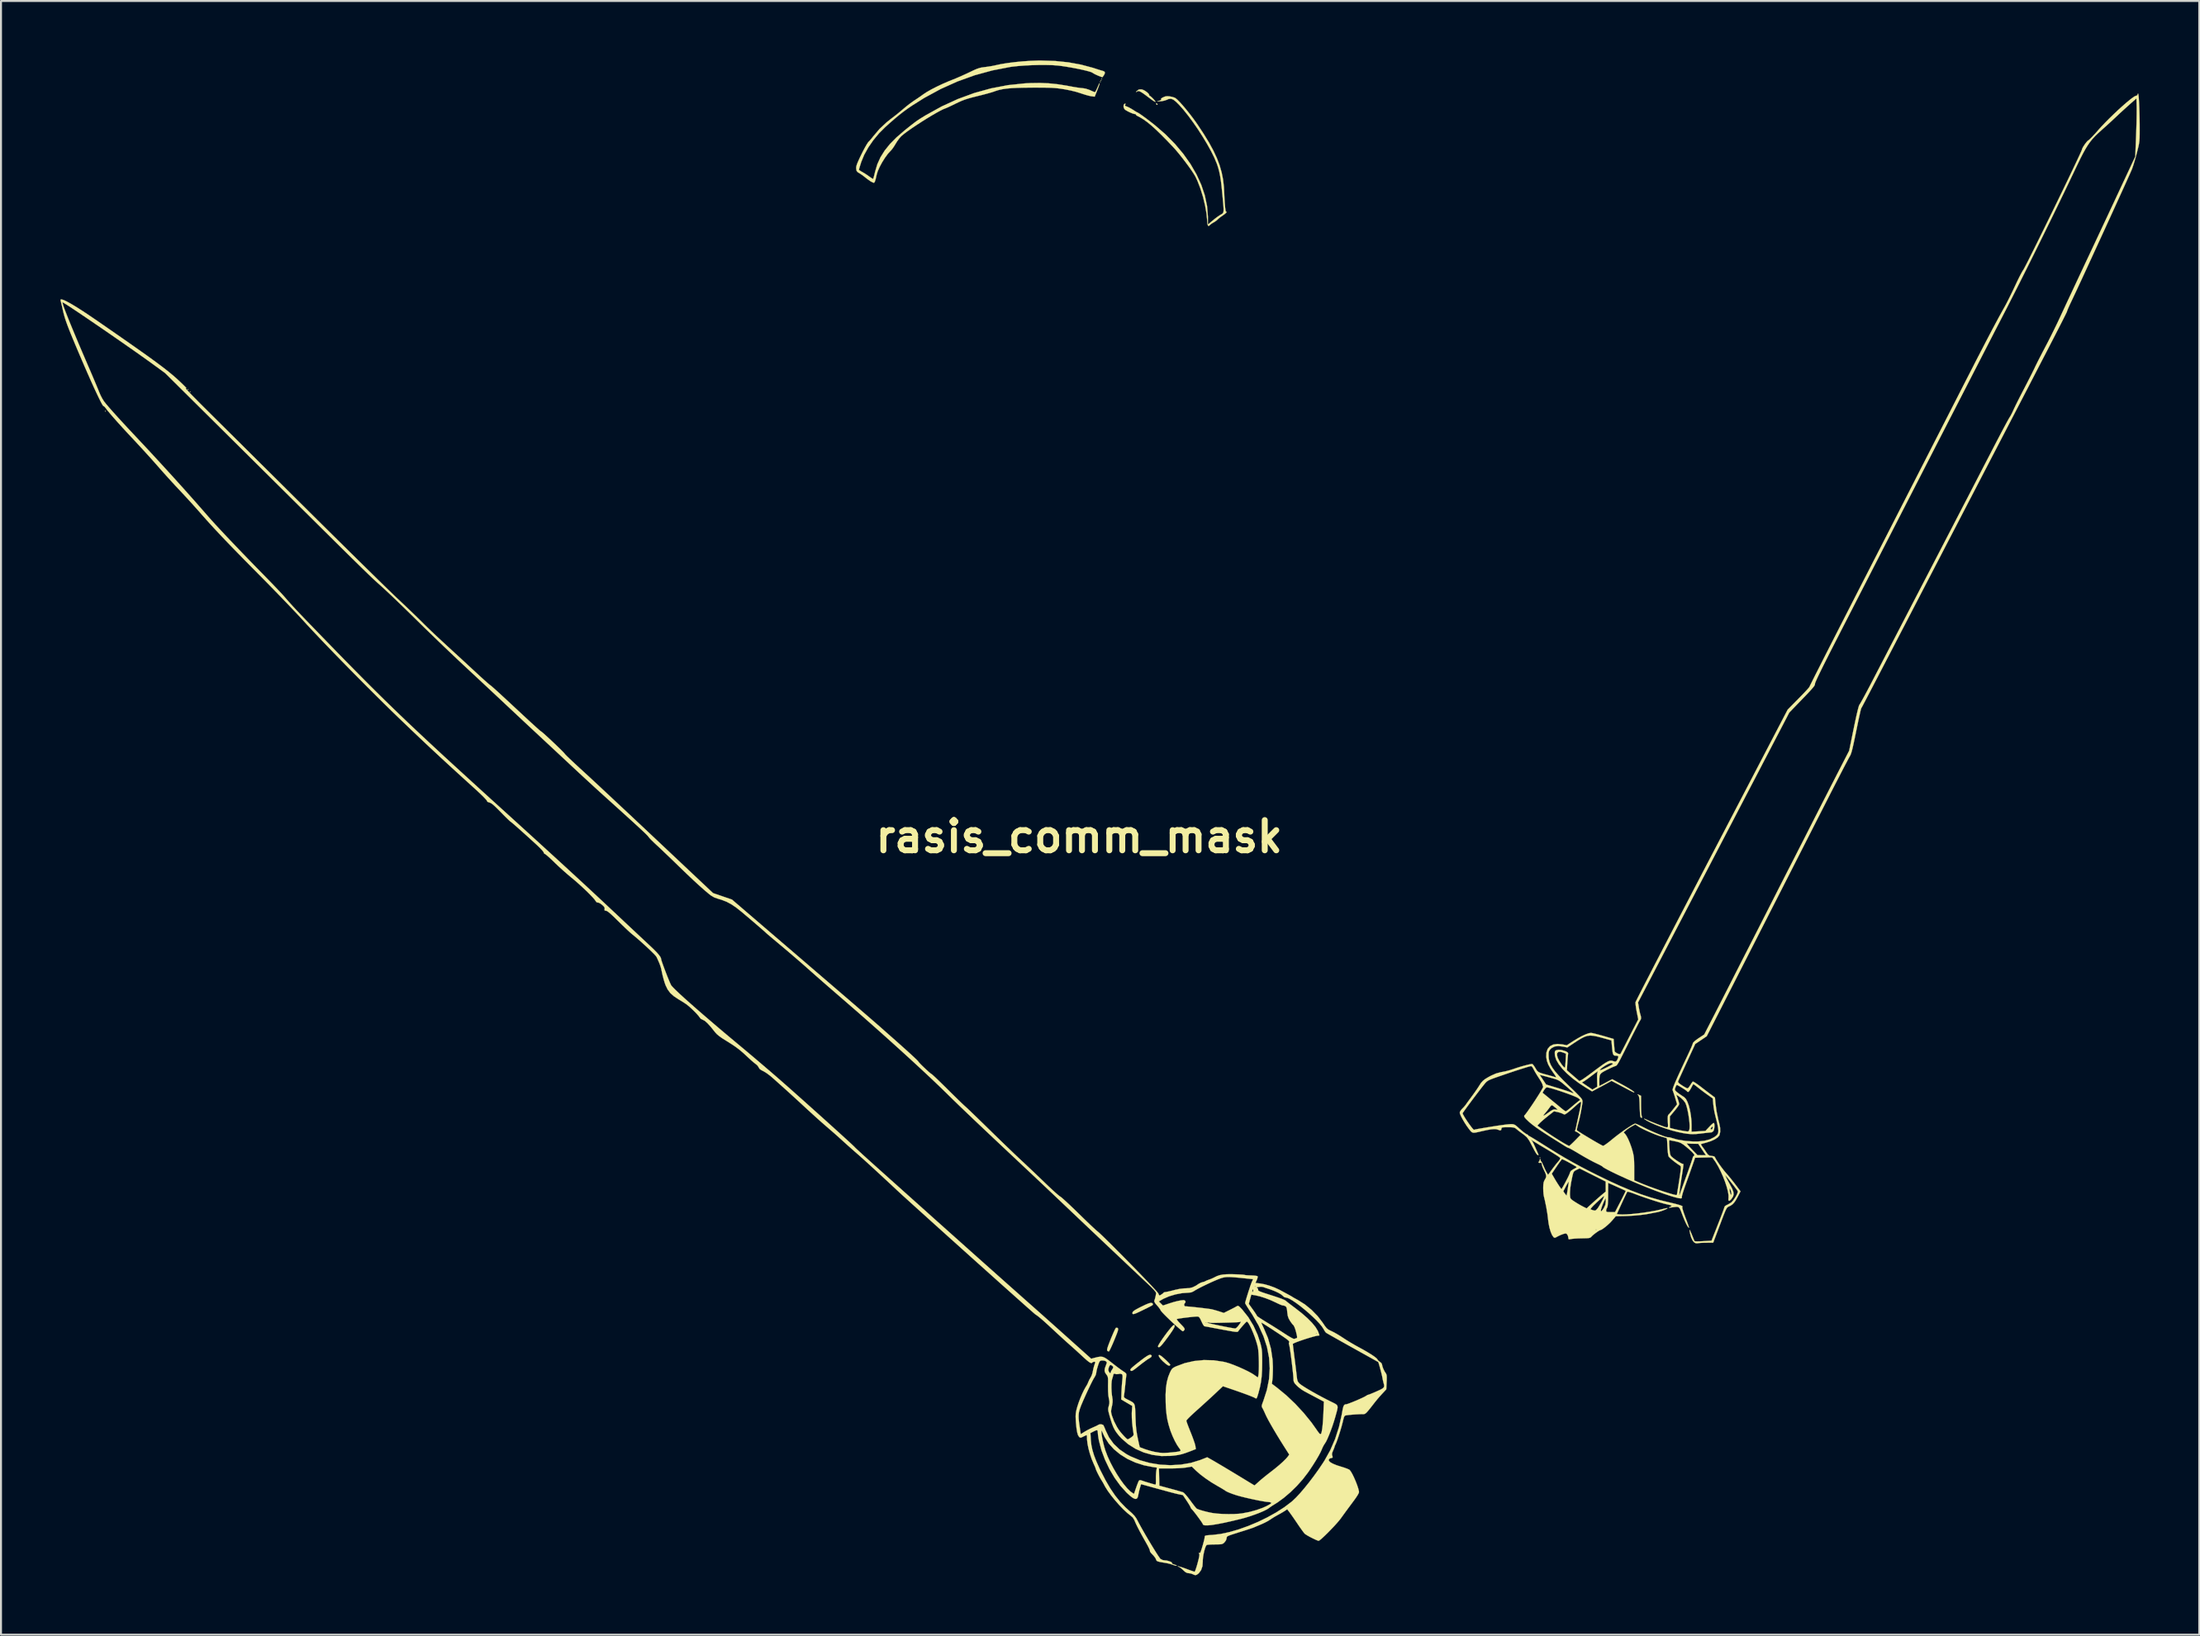
<source format=kicad_pcb>
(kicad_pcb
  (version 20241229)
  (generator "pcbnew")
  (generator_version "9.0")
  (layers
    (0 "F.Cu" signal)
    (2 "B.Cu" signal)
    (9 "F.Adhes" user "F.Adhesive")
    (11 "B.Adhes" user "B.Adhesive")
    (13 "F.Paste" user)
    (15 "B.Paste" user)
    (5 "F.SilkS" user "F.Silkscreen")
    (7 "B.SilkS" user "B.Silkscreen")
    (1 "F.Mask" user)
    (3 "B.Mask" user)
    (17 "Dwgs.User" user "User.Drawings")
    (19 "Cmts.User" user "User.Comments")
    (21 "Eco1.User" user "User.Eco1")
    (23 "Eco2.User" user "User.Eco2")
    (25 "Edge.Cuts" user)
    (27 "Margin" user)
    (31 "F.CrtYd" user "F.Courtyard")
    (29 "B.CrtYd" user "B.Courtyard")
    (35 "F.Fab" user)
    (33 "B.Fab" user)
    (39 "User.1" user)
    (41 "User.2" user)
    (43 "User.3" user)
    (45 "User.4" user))
  (footprint "rasis_comm_mask"
    (layer "F.Cu")
    (at 51.37 39.157)
    (property "Reference" "rasis_comm_mask" (at 0 0 0) (layer "F.SilkS") (effects (font (size 1.524 1.524) (thickness 0.3))))
    (attr through_hole)
    (fp_poly (pts (xy -49.095 -21.463) (xy -49.113 -21.445) (xy -49.131 -21.463) (xy -49.113 -21.481) (xy -49.095 -21.463)) (stroke (width 0.01) (type solid)) (fill yes) (layer "F.SilkS"))
    (fp_poly (pts (xy -44.922 -22.552) (xy -44.94 -22.533) (xy -44.958 -22.552) (xy -44.94 -22.57) (xy -44.922 -22.552)) (stroke (width 0.01) (type solid)) (fill yes) (layer "F.SilkS"))
    (fp_poly (pts (xy -44.813 -22.443) (xy -44.831 -22.425) (xy -44.849 -22.443) (xy -44.831 -22.461) (xy -44.813 -22.443)) (stroke (width 0.01) (type solid)) (fill yes) (layer "F.SilkS"))
    (fp_poly (pts (xy 1.089 -38.082) (xy 1.07 -38.064) (xy 1.052 -38.082) (xy 1.07 -38.1) (xy 1.089 -38.082)) (stroke (width 0.01) (type solid)) (fill yes) (layer "F.SilkS"))
    (fp_poly (pts (xy 1.125 -38.154) (xy 1.107 -38.136) (xy 1.089 -38.154) (xy 1.107 -38.173) (xy 1.125 -38.154)) (stroke (width 0.01) (type solid)) (fill yes) (layer "F.SilkS"))
    (fp_poly (pts (xy 1.161 -38.227) (xy 1.143 -38.209) (xy 1.125 -38.227) (xy 1.143 -38.245) (xy 1.161 -38.227)) (stroke (width 0.01) (type solid)) (fill yes) (layer "F.SilkS"))
    (fp_poly (pts (xy 23.259 16.202) (xy 23.241 16.22) (xy 23.223 16.202) (xy 23.241 16.183) (xy 23.259 16.202)) (stroke (width 0.01) (type solid)) (fill yes) (layer "F.SilkS"))
    (fp_poly (pts (xy 3.926 -36.983) (xy 3.953 -36.937) (xy 3.95 -36.921) (xy 3.912 -36.922) (xy 3.907 -36.927) (xy 3.883 -36.983) (xy 3.883 -36.988) (xy 3.901 -37.002) (xy 3.926 -36.983)) (stroke (width 0.01) (type solid)) (fill yes) (layer "F.SilkS"))
    (fp_poly (pts (xy 4.13 26.194) (xy 4.241 26.283) (xy 4.334 26.365) (xy 4.447 26.472) (xy 4.536 26.564) (xy 4.588 26.627) (xy 4.597 26.649) (xy 4.561 26.69) (xy 4.495 26.678) (xy 4.391 26.61) (xy 4.365 26.589) (xy 4.226 26.467) (xy 4.115 26.352) (xy 4.041 26.253) (xy 4.012 26.181) (xy 4.02 26.155) (xy 4.058 26.153) (xy 4.13 26.194)) (stroke (width 0.01) (type solid)) (fill yes) (layer "F.SilkS"))
    (fp_poly (pts (xy 28.24 13.029) (xy 28.339 13.075) (xy 28.339 13.561) (xy 28.342 13.747) (xy 28.349 13.911) (xy 28.36 14.038) (xy 28.374 14.111) (xy 28.377 14.118) (xy 28.393 14.176) (xy 28.361 14.183) (xy 28.32 14.16) (xy 28.304 14.114) (xy 28.29 14.007) (xy 28.279 13.849) (xy 28.272 13.653) (xy 28.271 13.625) (xy 28.265 13.412) (xy 28.256 13.26) (xy 28.243 13.157) (xy 28.225 13.09) (xy 28.201 13.051) (xy 28.164 13.007) (xy 28.177 13.002) (xy 28.24 13.029)) (stroke (width 0.01) (type solid)) (fill yes) (layer "F.SilkS"))
    (fp_poly (pts (xy 4.815 24.652) (xy 4.82 24.698) (xy 4.788 24.781) (xy 4.715 24.905) (xy 4.6 25.075) (xy 4.46 25.268) (xy 4.312 25.466) (xy 4.197 25.609) (xy 4.112 25.702) (xy 4.051 25.75) (xy 4.007 25.758) (xy 3.977 25.732) (xy 3.976 25.731) (xy 3.986 25.686) (xy 4.034 25.597) (xy 4.111 25.474) (xy 4.209 25.329) (xy 4.319 25.174) (xy 4.434 25.019) (xy 4.545 24.877) (xy 4.643 24.759) (xy 4.721 24.676) (xy 4.769 24.639) (xy 4.774 24.638) (xy 4.815 24.652)) (stroke (width 0.01) (type solid)) (fill yes) (layer "F.SilkS"))
    (fp_poly (pts (xy 1.953 24.798) (xy 1.967 24.826) (xy 1.965 24.875) (xy 1.945 24.956) (xy 1.902 25.076) (xy 1.835 25.246) (xy 1.772 25.401) (xy 1.693 25.587) (xy 1.621 25.749) (xy 1.561 25.874) (xy 1.518 25.951) (xy 1.502 25.97) (xy 1.448 25.957) (xy 1.421 25.933) (xy 1.411 25.898) (xy 1.42 25.832) (xy 1.451 25.727) (xy 1.507 25.573) (xy 1.59 25.363) (xy 1.597 25.345) (xy 1.674 25.16) (xy 1.744 24.998) (xy 1.803 24.873) (xy 1.845 24.796) (xy 1.86 24.778) (xy 1.92 24.776) (xy 1.953 24.798)) (stroke (width 0.01) (type solid)) (fill yes) (layer "F.SilkS"))
    (fp_poly (pts (xy 3.705 23.549) (xy 3.714 23.566) (xy 3.723 23.589) (xy 3.722 23.609) (xy 3.704 23.631) (xy 3.658 23.661) (xy 3.577 23.705) (xy 3.45 23.769) (xy 3.269 23.858) (xy 3.225 23.88) (xy 3.023 23.977) (xy 2.878 24.043) (xy 2.78 24.078) (xy 2.721 24.086) (xy 2.694 24.068) (xy 2.69 24.026) (xy 2.692 24.012) (xy 2.711 23.969) (xy 2.764 23.921) (xy 2.859 23.86) (xy 3.006 23.78) (xy 3.121 23.722) (xy 3.33 23.621) (xy 3.485 23.555) (xy 3.594 23.522) (xy 3.665 23.521) (xy 3.705 23.549)) (stroke (width 0.01) (type solid)) (fill yes) (layer "F.SilkS"))
    (fp_poly (pts (xy 3.611 26.139) (xy 3.661 26.182) (xy 3.647 26.239) (xy 3.574 26.299) (xy 3.543 26.316) (xy 3.467 26.361) (xy 3.352 26.441) (xy 3.211 26.545) (xy 3.062 26.662) (xy 3.056 26.667) (xy 2.896 26.794) (xy 2.782 26.881) (xy 2.705 26.932) (xy 2.654 26.953) (xy 2.621 26.951) (xy 2.6 26.936) (xy 2.583 26.909) (xy 2.589 26.875) (xy 2.627 26.826) (xy 2.703 26.756) (xy 2.825 26.654) (xy 2.931 26.569) (xy 3.148 26.4) (xy 3.317 26.275) (xy 3.444 26.192) (xy 3.535 26.147) (xy 3.596 26.136) (xy 3.611 26.139)) (stroke (width 0.01) (type solid)) (fill yes) (layer "F.SilkS"))
    (fp_poly (pts (xy 3.229 -37.674) (xy 3.331 -37.62) (xy 3.427 -37.551) (xy 3.501 -37.48) (xy 3.536 -37.423) (xy 3.534 -37.404) (xy 3.536 -37.38) (xy 3.544 -37.381) (xy 3.583 -37.363) (xy 3.649 -37.309) (xy 3.724 -37.236) (xy 3.793 -37.16) (xy 3.84 -37.098) (xy 3.848 -37.067) (xy 3.81 -37.081) (xy 3.728 -37.13) (xy 3.617 -37.208) (xy 3.541 -37.266) (xy 3.354 -37.407) (xy 3.214 -37.508) (xy 3.111 -37.572) (xy 3.037 -37.606) (xy 2.982 -37.613) (xy 2.937 -37.599) (xy 2.925 -37.592) (xy 2.873 -37.562) (xy 2.875 -37.575) (xy 2.902 -37.608) (xy 3.005 -37.689) (xy 3.13 -37.702) (xy 3.229 -37.674)) (stroke (width 0.01) (type solid)) (fill yes) (layer "F.SilkS"))
    (fp_poly (pts (xy 4.575 -37.343) (xy 4.705 -37.316) (xy 4.819 -37.278) (xy 4.862 -37.256) (xy 4.954 -37.18) (xy 5.078 -37.054) (xy 5.227 -36.888) (xy 5.392 -36.693) (xy 5.564 -36.478) (xy 5.736 -36.254) (xy 5.898 -36.031) (xy 5.974 -35.921) (xy 6.288 -35.445) (xy 6.553 -35.01) (xy 6.772 -34.607) (xy 6.949 -34.227) (xy 7.087 -33.863) (xy 7.189 -33.505) (xy 7.26 -33.145) (xy 7.302 -32.774) (xy 7.314 -32.566) (xy 7.329 -32.238) (xy 7.345 -31.969) (xy 7.362 -31.761) (xy 7.38 -31.618) (xy 7.397 -31.543) (xy 7.407 -31.532) (xy 7.441 -31.516) (xy 7.414 -31.47) (xy 7.33 -31.398) (xy 7.248 -31.34) (xy 7.133 -31.259) (xy 7.034 -31.18) (xy 6.985 -31.133) (xy 6.903 -31.062) (xy 6.797 -30.994) (xy 6.783 -30.987) (xy 6.687 -30.93) (xy 6.615 -30.873) (xy 6.606 -30.864) (xy 6.544 -30.809) (xy 6.5 -30.822) (xy 6.473 -30.903) (xy 6.464 -31.015) (xy 6.429 -31.407) (xy 6.356 -31.832) (xy 6.25 -32.269) (xy 6.118 -32.695) (xy 5.966 -33.087) (xy 5.871 -33.289) (xy 5.794 -33.421) (xy 5.679 -33.596) (xy 5.536 -33.799) (xy 5.374 -34.018) (xy 5.204 -34.24) (xy 5.035 -34.452) (xy 4.877 -34.641) (xy 4.755 -34.777) (xy 4.424 -35.125) (xy 4.132 -35.42) (xy 3.875 -35.669) (xy 3.647 -35.875) (xy 3.442 -36.043) (xy 3.255 -36.178) (xy 3.08 -36.285) (xy 2.966 -36.343) (xy 2.888 -36.39) (xy 2.854 -36.432) (xy 2.856 -36.442) (xy 2.854 -36.462) (xy 2.84 -36.455) (xy 2.787 -36.456) (xy 2.691 -36.485) (xy 2.573 -36.533) (xy 2.454 -36.591) (xy 2.352 -36.65) (xy 2.301 -36.688) (xy 2.255 -36.762) (xy 2.239 -36.85) (xy 2.253 -36.929) (xy 2.296 -36.973) (xy 2.313 -36.975) (xy 2.348 -36.964) (xy 2.325 -36.924) (xy 2.309 -36.885) (xy 2.346 -36.855) (xy 2.403 -36.833) (xy 2.5 -36.791) (xy 2.624 -36.724) (xy 2.717 -36.667) (xy 2.819 -36.601) (xy 2.895 -36.555) (xy 2.926 -36.54) (xy 2.972 -36.518) (xy 3.065 -36.459) (xy 3.195 -36.368) (xy 3.352 -36.253) (xy 3.526 -36.122) (xy 3.708 -35.981) (xy 3.83 -35.884) (xy 4.357 -35.427) (xy 4.832 -34.946) (xy 5.252 -34.447) (xy 5.616 -33.933) (xy 5.92 -33.408) (xy 6.163 -32.877) (xy 6.341 -32.344) (xy 6.452 -31.813) (xy 6.495 -31.288) (xy 6.495 -31.236) (xy 6.495 -30.877) (xy 6.727 -31.074) (xy 6.861 -31.182) (xy 6.999 -31.285) (xy 7.115 -31.362) (xy 7.126 -31.368) (xy 7.181 -31.4) (xy 7.224 -31.427) (xy 7.255 -31.459) (xy 7.276 -31.504) (xy 7.285 -31.572) (xy 7.286 -31.672) (xy 7.278 -31.811) (xy 7.262 -32) (xy 7.239 -32.247) (xy 7.222 -32.424) (xy 7.187 -32.782) (xy 7.151 -33.08) (xy 7.112 -33.33) (xy 7.068 -33.546) (xy 7.016 -33.74) (xy 6.955 -33.925) (xy 6.941 -33.963) (xy 6.818 -34.256) (xy 6.654 -34.585) (xy 6.457 -34.94) (xy 6.236 -35.307) (xy 5.999 -35.676) (xy 5.752 -36.034) (xy 5.504 -36.369) (xy 5.264 -36.67) (xy 5.038 -36.925) (xy 4.886 -37.075) (xy 4.753 -37.179) (xy 4.638 -37.224) (xy 4.52 -37.214) (xy 4.423 -37.173) (xy 4.321 -37.136) (xy 4.188 -37.107) (xy 4.126 -37.1) (xy 3.937 -37.083) (xy 4.064 -37.132) (xy 4.14 -37.169) (xy 4.146 -37.195) (xy 4.136 -37.199) (xy 4.126 -37.225) (xy 4.186 -37.27) (xy 4.23 -37.294) (xy 4.338 -37.339) (xy 4.441 -37.354) (xy 4.575 -37.343)) (stroke (width 0.01) (type solid)) (fill yes) (layer "F.SilkS"))
    (fp_poly (pts (xy -1.209 -39.13) (xy -0.543 -39.062) (xy 0.092 -38.947) (xy 0.708 -38.782) (xy 0.907 -38.717) (xy 1.037 -38.676) (xy 1.154 -38.641) (xy 1.206 -38.628) (xy 1.286 -38.587) (xy 1.301 -38.515) (xy 1.252 -38.413) (xy 1.238 -38.394) (xy 1.171 -38.307) (xy 0.957 -38.392) (xy 0.831 -38.448) (xy 0.725 -38.504) (xy 0.671 -38.54) (xy 0.608 -38.571) (xy 0.484 -38.609) (xy 0.313 -38.653) (xy 0.105 -38.701) (xy -0.127 -38.749) (xy -0.371 -38.795) (xy -0.616 -38.837) (xy -0.849 -38.873) (xy -1.059 -38.899) (xy -1.086 -38.902) (xy -1.351 -38.921) (xy -1.669 -38.929) (xy -2.021 -38.929) (xy -2.388 -38.919) (xy -2.75 -38.901) (xy -3.089 -38.875) (xy -3.386 -38.842) (xy -3.465 -38.831) (xy -4.376 -38.655) (xy -5.264 -38.412) (xy -6.131 -38.1) (xy -6.979 -37.719) (xy -7.809 -37.268) (xy -8.418 -36.885) (xy -8.644 -36.731) (xy -8.857 -36.576) (xy -9.069 -36.411) (xy -9.295 -36.223) (xy -9.548 -36.002) (xy -9.774 -35.799) (xy -10.091 -35.483) (xy -10.38 -35.134) (xy -10.632 -34.768) (xy -10.837 -34.4) (xy -10.985 -34.042) (xy -10.995 -34.011) (xy -11.041 -33.864) (xy -11.078 -33.743) (xy -11.099 -33.665) (xy -11.103 -33.645) (xy -11.074 -33.615) (xy -10.999 -33.565) (xy -10.939 -33.532) (xy -10.816 -33.459) (xy -10.675 -33.367) (xy -10.588 -33.305) (xy -10.49 -33.236) (xy -10.417 -33.191) (xy -10.386 -33.181) (xy -10.372 -33.221) (xy -10.345 -33.316) (xy -10.311 -33.45) (xy -10.284 -33.561) (xy -10.173 -33.928) (xy -10.014 -34.277) (xy -9.803 -34.613) (xy -9.536 -34.945) (xy -9.207 -35.277) (xy -8.812 -35.618) (xy -8.807 -35.622) (xy -8.601 -35.787) (xy -8.439 -35.916) (xy -8.306 -36.018) (xy -8.191 -36.102) (xy -8.08 -36.177) (xy -7.96 -36.254) (xy -7.818 -36.341) (xy -7.731 -36.394) (xy -6.93 -36.837) (xy -6.113 -37.211) (xy -5.284 -37.515) (xy -4.442 -37.748) (xy -3.591 -37.911) (xy -2.731 -38.001) (xy -2.449 -38.015) (xy -1.976 -38.022) (xy -1.533 -38.003) (xy -1.089 -37.958) (xy -0.618 -37.884) (xy -0.478 -37.857) (xy -0.281 -37.821) (xy -0.095 -37.791) (xy 0.061 -37.769) (xy 0.169 -37.758) (xy 0.181 -37.758) (xy 0.318 -37.737) (xy 0.478 -37.688) (xy 0.558 -37.655) (xy 0.671 -37.604) (xy 0.758 -37.568) (xy 0.797 -37.556) (xy 0.823 -37.587) (xy 0.867 -37.668) (xy 0.92 -37.782) (xy 0.925 -37.793) (xy 0.985 -37.929) (xy 1.022 -38) (xy 1.037 -38.011) (xy 1.028 -37.966) (xy 0.997 -37.87) (xy 0.943 -37.725) (xy 0.92 -37.666) (xy 0.786 -37.33) (xy 0.607 -37.354) (xy 0.494 -37.377) (xy 0.339 -37.419) (xy 0.167 -37.473) (xy 0.078 -37.503) (xy -0.146 -37.573) (xy -0.415 -37.64) (xy -0.7 -37.697) (xy -0.78 -37.71) (xy -0.941 -37.735) (xy -1.09 -37.754) (xy -1.238 -37.768) (xy -1.399 -37.778) (xy -1.585 -37.785) (xy -1.809 -37.788) (xy -2.082 -37.789) (xy -2.34 -37.789) (xy -2.754 -37.785) (xy -3.104 -37.776) (xy -3.399 -37.761) (xy -3.648 -37.739) (xy -3.859 -37.709) (xy -4.041 -37.67) (xy -4.203 -37.621) (xy -4.277 -37.594) (xy -4.371 -37.562) (xy -4.52 -37.518) (xy -4.709 -37.466) (xy -4.924 -37.41) (xy -5.125 -37.36) (xy -5.385 -37.295) (xy -5.594 -37.237) (xy -5.768 -37.181) (xy -5.926 -37.12) (xy -6.088 -37.048) (xy -6.225 -36.982) (xy -6.394 -36.899) (xy -6.547 -36.826) (xy -6.668 -36.771) (xy -6.743 -36.741) (xy -6.749 -36.739) (xy -6.863 -36.693) (xy -7.025 -36.611) (xy -7.225 -36.501) (xy -7.453 -36.368) (xy -7.698 -36.219) (xy -7.95 -36.06) (xy -8.198 -35.899) (xy -8.432 -35.742) (xy -8.641 -35.595) (xy -8.815 -35.466) (xy -8.944 -35.36) (xy -8.982 -35.325) (xy -9.077 -35.215) (xy -9.18 -35.072) (xy -9.26 -34.943) (xy -9.34 -34.812) (xy -9.422 -34.695) (xy -9.489 -34.617) (xy -9.49 -34.617) (xy -9.637 -34.457) (xy -9.788 -34.252) (xy -9.933 -34.022) (xy -10.06 -33.786) (xy -10.158 -33.563) (xy -10.213 -33.379) (xy -10.256 -33.189) (xy -10.293 -33.065) (xy -10.326 -32.999) (xy -10.352 -32.985) (xy -10.408 -33.004) (xy -10.496 -33.049) (xy -10.525 -33.066) (xy -10.633 -33.141) (xy -10.754 -33.233) (xy -10.798 -33.269) (xy -10.917 -33.361) (xy -11.044 -33.447) (xy -11.086 -33.472) (xy -11.178 -33.531) (xy -11.223 -33.593) (xy -11.24 -33.687) (xy -11.242 -33.703) (xy -11.241 -33.77) (xy -11.227 -33.848) (xy -11.194 -33.946) (xy -11.139 -34.078) (xy -11.058 -34.254) (xy -10.984 -34.408) (xy -10.888 -34.599) (xy -10.795 -34.773) (xy -10.713 -34.916) (xy -10.648 -35.016) (xy -10.618 -35.052) (xy -10.545 -35.129) (xy -10.451 -35.24) (xy -10.37 -35.342) (xy -10.062 -35.705) (xy -9.703 -36.04) (xy -9.471 -36.224) (xy -9.297 -36.357) (xy -9.11 -36.506) (xy -8.938 -36.649) (xy -8.851 -36.723) (xy -8.697 -36.851) (xy -8.527 -36.983) (xy -8.37 -37.096) (xy -8.325 -37.126) (xy -8.167 -37.231) (xy -7.996 -37.348) (xy -7.853 -37.451) (xy -7.678 -37.566) (xy -7.449 -37.696) (xy -7.178 -37.835) (xy -6.881 -37.975) (xy -6.572 -38.109) (xy -6.379 -38.186) (xy -6.17 -38.271) (xy -5.929 -38.376) (xy -5.688 -38.485) (xy -5.509 -38.57) (xy -5.315 -38.663) (xy -5.165 -38.728) (xy -5.04 -38.771) (xy -4.92 -38.8) (xy -4.787 -38.819) (xy -4.749 -38.823) (xy -4.571 -38.847) (xy -4.39 -38.877) (xy -4.24 -38.907) (xy -4.223 -38.912) (xy -3.943 -38.972) (xy -3.608 -39.026) (xy -3.236 -39.073) (xy -2.845 -39.111) (xy -2.451 -39.137) (xy -2.074 -39.151) (xy -1.921 -39.152) (xy -1.209 -39.13)) (stroke (width 0.01) (type solid)) (fill yes) (layer "F.SilkS"))
    (fp_poly (pts (xy 53.419 -37.448) (xy 53.432 -37.35) (xy 53.444 -37.198) (xy 53.455 -37) (xy 53.465 -36.766) (xy 53.473 -36.505) (xy 53.48 -36.226) (xy 53.484 -35.938) (xy 53.485 -35.664) (xy 53.484 -35.435) (xy 53.481 -35.258) (xy 53.471 -35.113) (xy 53.454 -34.979) (xy 53.426 -34.835) (xy 53.385 -34.661) (xy 53.342 -34.492) (xy 53.284 -34.274) (xy 53.221 -34.057) (xy 53.161 -33.862) (xy 53.108 -33.709) (xy 53.092 -33.665) (xy 53.059 -33.59) (xy 52.999 -33.454) (xy 52.914 -33.264) (xy 52.806 -33.025) (xy 52.679 -32.744) (xy 52.534 -32.426) (xy 52.375 -32.077) (xy 52.204 -31.702) (xy 52.025 -31.308) (xy 51.838 -30.901) (xy 51.648 -30.485) (xy 51.456 -30.067) (xy 51.266 -29.654) (xy 51.081 -29.249) (xy 50.902 -28.86) (xy 50.732 -28.492) (xy 50.575 -28.151) (xy 50.432 -27.843) (xy 50.307 -27.573) (xy 50.201 -27.348) (xy 50.119 -27.173) (xy 50.072 -27.073) (xy 49.986 -26.892) (xy 49.913 -26.732) (xy 49.858 -26.604) (xy 49.826 -26.522) (xy 49.82 -26.5) (xy 49.814 -26.481) (xy 49.794 -26.437) (xy 49.759 -26.365) (xy 49.709 -26.264) (xy 49.642 -26.13) (xy 49.558 -25.964) (xy 49.455 -25.762) (xy 49.332 -25.523) (xy 49.189 -25.244) (xy 49.024 -24.924) (xy 48.837 -24.56) (xy 48.625 -24.152) (xy 48.389 -23.696) (xy 48.128 -23.191) (xy 47.84 -22.634) (xy 47.524 -22.025) (xy 47.179 -21.361) (xy 46.804 -20.639) (xy 46.399 -19.859) (xy 45.962 -19.018) (xy 45.611 -18.342) (xy 45.491 -18.111) (xy 45.34 -17.821) (xy 45.164 -17.481) (xy 44.965 -17.098) (xy 44.746 -16.677) (xy 44.512 -16.226) (xy 44.266 -15.751) (xy 44.011 -15.26) (xy 43.751 -14.76) (xy 43.49 -14.256) (xy 43.231 -13.757) (xy 43.144 -13.589) (xy 42.726 -12.785) (xy 42.341 -12.042) (xy 41.987 -11.359) (xy 41.662 -10.733) (xy 41.365 -10.162) (xy 41.096 -9.644) (xy 40.853 -9.175) (xy 40.634 -8.754) (xy 40.438 -8.377) (xy 40.265 -8.043) (xy 40.112 -7.75) (xy 39.979 -7.494) (xy 39.864 -7.273) (xy 39.766 -7.086) (xy 39.684 -6.928) (xy 39.616 -6.799) (xy 39.561 -6.696) (xy 39.519 -6.615) (xy 39.487 -6.556) (xy 39.464 -6.515) (xy 39.45 -6.489) (xy 39.443 -6.477) (xy 39.442 -6.477) (xy 39.428 -6.434) (xy 39.402 -6.328) (xy 39.366 -6.169) (xy 39.321 -5.965) (xy 39.271 -5.726) (xy 39.216 -5.459) (xy 39.187 -5.319) (xy 39.12 -4.992) (xy 39.064 -4.728) (xy 39.018 -4.52) (xy 38.979 -4.359) (xy 38.944 -4.238) (xy 38.913 -4.149) (xy 38.883 -4.083) (xy 38.863 -4.049) (xy 38.83 -3.992) (xy 38.768 -3.876) (xy 38.679 -3.707) (xy 38.565 -3.49) (xy 38.431 -3.23) (xy 38.278 -2.934) (xy 38.109 -2.606) (xy 37.928 -2.253) (xy 37.738 -1.879) (xy 37.594 -1.597) (xy 37.391 -1.198) (xy 37.16 -0.745) (xy 36.907 -0.247) (xy 36.637 0.284) (xy 36.354 0.839) (xy 36.065 1.407) (xy 35.774 1.979) (xy 35.486 2.544) (xy 35.207 3.091) (xy 34.942 3.611) (xy 34.859 3.774) (xy 34.612 4.259) (xy 34.357 4.759) (xy 34.1 5.265) (xy 33.843 5.768) (xy 33.592 6.261) (xy 33.35 6.735) (xy 33.122 7.183) (xy 32.912 7.596) (xy 32.723 7.965) (xy 32.561 8.283) (xy 32.474 8.455) (xy 31.651 10.069) (xy 31.361 10.265) (xy 31.071 10.46) (xy 30.65 11.372) (xy 30.539 11.613) (xy 30.437 11.834) (xy 30.349 12.028) (xy 30.278 12.183) (xy 30.23 12.291) (xy 30.207 12.344) (xy 30.206 12.345) (xy 30.209 12.389) (xy 30.255 12.443) (xy 30.354 12.516) (xy 30.41 12.553) (xy 30.526 12.625) (xy 30.622 12.677) (xy 30.678 12.7) (xy 30.682 12.7) (xy 30.725 12.671) (xy 30.784 12.597) (xy 30.822 12.539) (xy 30.882 12.442) (xy 30.932 12.374) (xy 30.95 12.356) (xy 30.99 12.369) (xy 31.075 12.419) (xy 31.191 12.499) (xy 31.326 12.599) (xy 31.485 12.722) (xy 31.646 12.845) (xy 31.788 12.953) (xy 31.867 13.013) (xy 32.066 13.163) (xy 32.092 13.448) (xy 32.145 13.851) (xy 32.232 14.268) (xy 32.277 14.442) (xy 32.327 14.683) (xy 32.332 14.892) (xy 32.295 15.057) (xy 32.284 15.081) (xy 32.201 15.176) (xy 32.057 15.271) (xy 31.865 15.359) (xy 31.635 15.434) (xy 31.59 15.446) (xy 31.473 15.477) (xy 31.388 15.502) (xy 31.356 15.514) (xy 31.368 15.547) (xy 31.414 15.618) (xy 31.449 15.665) (xy 31.535 15.783) (xy 31.617 15.906) (xy 31.635 15.935) (xy 31.713 16.041) (xy 31.796 16.094) (xy 31.913 16.111) (xy 31.936 16.111) (xy 32.031 16.133) (xy 32.066 16.174) (xy 32.109 16.26) (xy 32.188 16.386) (xy 32.289 16.536) (xy 32.403 16.693) (xy 32.517 16.842) (xy 32.62 16.965) (xy 32.64 16.987) (xy 32.741 17.103) (xy 32.867 17.256) (xy 32.999 17.422) (xy 33.092 17.543) (xy 33.355 17.894) (xy 33.22 18.154) (xy 33.118 18.339) (xy 33.029 18.469) (xy 32.94 18.559) (xy 32.839 18.624) (xy 32.789 18.648) (xy 32.743 18.669) (xy 32.705 18.694) (xy 32.67 18.732) (xy 32.633 18.791) (xy 32.59 18.882) (xy 32.536 19.012) (xy 32.466 19.191) (xy 32.376 19.427) (xy 32.361 19.469) (xy 32.274 19.697) (xy 32.194 19.91) (xy 32.124 20.095) (xy 32.069 20.241) (xy 32.033 20.336) (xy 32.025 20.356) (xy 31.978 20.483) (xy 31.619 20.486) (xy 31.457 20.489) (xy 31.316 20.497) (xy 31.215 20.507) (xy 31.184 20.514) (xy 31.088 20.509) (xy 31.015 20.465) (xy 30.936 20.369) (xy 30.866 20.216) (xy 30.812 20.026) (xy 30.79 19.903) (xy 30.785 19.848) (xy 30.796 19.845) (xy 30.825 19.901) (xy 30.876 20.018) (xy 30.895 20.066) (xy 30.952 20.205) (xy 30.998 20.319) (xy 31.027 20.39) (xy 31.033 20.405) (xy 31.071 20.415) (xy 31.168 20.419) (xy 31.307 20.417) (xy 31.469 20.409) (xy 31.894 20.383) (xy 32.221 19.554) (xy 32.312 19.322) (xy 32.393 19.111) (xy 32.461 18.931) (xy 32.511 18.791) (xy 32.541 18.702) (xy 32.548 18.674) (xy 32.579 18.633) (xy 32.659 18.585) (xy 32.714 18.561) (xy 32.888 18.458) (xy 32.99 18.347) (xy 33.095 18.191) (xy 33.172 18.052) (xy 33.214 17.944) (xy 33.215 17.88) (xy 33.214 17.879) (xy 33.181 17.83) (xy 33.115 17.743) (xy 33.028 17.628) (xy 32.928 17.5) (xy 32.827 17.371) (xy 32.733 17.253) (xy 32.658 17.159) (xy 32.61 17.102) (xy 32.598 17.091) (xy 32.601 17.12) (xy 32.638 17.205) (xy 32.705 17.335) (xy 32.798 17.505) (xy 32.829 17.561) (xy 32.934 17.759) (xy 32.993 17.915) (xy 33.008 18.042) (xy 32.979 18.155) (xy 32.906 18.266) (xy 32.865 18.314) (xy 32.796 18.371) (xy 32.755 18.362) (xy 32.744 18.288) (xy 32.751 18.222) (xy 32.751 18.08) (xy 32.718 17.888) (xy 32.691 17.785) (xy 32.803 17.785) (xy 32.811 17.884) (xy 32.832 17.982) (xy 32.861 18.051) (xy 32.882 18.07) (xy 32.9 18.039) (xy 32.893 17.96) (xy 32.892 17.952) (xy 32.865 17.853) (xy 32.836 17.78) (xy 32.81 17.746) (xy 32.804 17.778) (xy 32.803 17.785) (xy 32.691 17.785) (xy 32.658 17.66) (xy 32.575 17.409) (xy 32.473 17.148) (xy 32.358 16.89) (xy 32.235 16.647) (xy 32.108 16.432) (xy 32.042 16.335) (xy 31.927 16.178) (xy 31.496 16.188) (xy 31.065 16.199) (xy 30.913 16.635) (xy 30.842 16.838) (xy 30.756 17.08) (xy 30.665 17.334) (xy 30.58 17.572) (xy 30.567 17.607) (xy 30.502 17.794) (xy 30.448 17.959) (xy 30.411 18.091) (xy 30.394 18.175) (xy 30.394 18.196) (xy 30.391 18.236) (xy 30.339 18.25) (xy 30.232 18.237) (xy 30.067 18.197) (xy 29.877 18.142) (xy 29.5 18.018) (xy 29.076 17.865) (xy 28.619 17.688) (xy 28.144 17.493) (xy 27.667 17.286) (xy 27.202 17.074) (xy 27.015 16.985) (xy 26.825 16.892) (xy 26.659 16.807) (xy 26.529 16.737) (xy 26.445 16.687) (xy 26.416 16.663) (xy 26.385 16.635) (xy 26.302 16.585) (xy 26.18 16.523) (xy 26.085 16.478) (xy 25.933 16.403) (xy 25.74 16.301) (xy 25.529 16.184) (xy 25.319 16.062) (xy 25.246 16.019) (xy 25.073 15.915) (xy 24.92 15.826) (xy 24.799 15.758) (xy 24.72 15.718) (xy 24.697 15.709) (xy 24.639 15.689) (xy 24.561 15.646) (xy 24.491 15.602) (xy 24.377 15.53) (xy 24.236 15.442) (xy 24.116 15.367) (xy 23.758 15.142) (xy 23.457 14.948) (xy 23.207 14.782) (xy 23.003 14.638) (xy 22.922 14.577) (xy 23.109 14.577) (xy 23.284 14.704) (xy 23.465 14.832) (xy 23.664 14.968) (xy 23.871 15.105) (xy 24.076 15.236) (xy 24.268 15.357) (xy 24.439 15.46) (xy 24.578 15.539) (xy 24.675 15.589) (xy 24.717 15.602) (xy 24.751 15.578) (xy 24.824 15.512) (xy 24.924 15.416) (xy 25.018 15.322) (xy 25.294 15.04) (xy 25.193 14.959) (xy 25.112 14.904) (xy 25.048 14.878) (xy 25.042 14.877) (xy 25.011 14.854) (xy 25.02 14.814) (xy 25.048 14.727) (xy 25.063 14.659) (xy 25.076 14.594) (xy 25.102 14.472) (xy 25.138 14.308) (xy 25.18 14.116) (xy 25.207 13.998) (xy 25.249 13.801) (xy 25.283 13.628) (xy 25.307 13.492) (xy 25.319 13.405) (xy 25.319 13.381) (xy 25.287 13.381) (xy 25.214 13.429) (xy 25.11 13.518) (xy 25.089 13.537) (xy 24.953 13.66) (xy 24.806 13.787) (xy 24.68 13.889) (xy 24.575 13.968) (xy 24.507 14.008) (xy 24.46 14.014) (xy 24.414 13.992) (xy 24.408 13.988) (xy 24.326 13.951) (xy 24.208 13.913) (xy 24.139 13.896) (xy 23.949 13.855) (xy 23.649 14.09) (xy 23.508 14.204) (xy 23.375 14.317) (xy 23.27 14.412) (xy 23.23 14.451) (xy 23.109 14.577) (xy 22.922 14.577) (xy 22.838 14.514) (xy 22.707 14.405) (xy 22.652 14.354) (xy 22.536 14.242) (xy 22.47 14.165) (xy 22.444 14.115) (xy 22.451 14.08) (xy 22.453 14.077) (xy 23.412 14.077) (xy 23.442 14.073) (xy 23.526 14.022) (xy 23.658 13.929) (xy 23.79 13.836) (xy 23.883 13.783) (xy 23.953 13.761) (xy 24.016 13.764) (xy 24.021 13.765) (xy 24.097 13.776) (xy 24.13 13.773) (xy 24.13 13.773) (xy 24.104 13.744) (xy 24.038 13.686) (xy 23.98 13.64) (xy 23.903 13.578) (xy 23.853 13.55) (xy 23.812 13.56) (xy 23.763 13.614) (xy 23.687 13.717) (xy 23.672 13.738) (xy 23.602 13.829) (xy 23.517 13.931) (xy 23.505 13.946) (xy 23.433 14.035) (xy 23.412 14.077) (xy 22.453 14.077) (xy 22.454 14.075) (xy 22.533 13.976) (xy 22.633 13.84) (xy 22.746 13.678) (xy 22.868 13.499) (xy 22.991 13.313) (xy 23.109 13.13) (xy 23.216 12.961) (xy 23.241 12.919) (xy 23.37 12.919) (xy 23.755 13.236) (xy 23.917 13.369) (xy 24.077 13.5) (xy 24.217 13.616) (xy 24.32 13.702) (xy 24.326 13.706) (xy 24.425 13.785) (xy 24.503 13.84) (xy 24.542 13.86) (xy 24.582 13.838) (xy 24.661 13.779) (xy 24.766 13.694) (xy 24.815 13.652) (xy 24.94 13.546) (xy 25.058 13.448) (xy 25.147 13.376) (xy 25.165 13.362) (xy 25.273 13.281) (xy 25.177 13.195) (xy 25.115 13.158) (xy 24.998 13.106) (xy 24.84 13.042) (xy 24.653 12.972) (xy 24.449 12.9) (xy 24.241 12.829) (xy 24.041 12.765) (xy 23.862 12.71) (xy 23.715 12.67) (xy 23.614 12.649) (xy 23.574 12.648) (xy 23.519 12.692) (xy 23.456 12.773) (xy 23.443 12.795) (xy 23.37 12.919) (xy 23.241 12.919) (xy 23.304 12.814) (xy 23.369 12.7) (xy 23.403 12.629) (xy 23.405 12.61) (xy 23.378 12.561) (xy 23.375 12.527) (xy 23.357 12.471) (xy 23.306 12.372) (xy 23.231 12.247) (xy 23.181 12.171) (xy 23.087 12.024) (xy 23.084 12.019) (xy 23.228 12.019) (xy 23.39 12.262) (xy 23.551 12.505) (xy 24.122 12.678) (xy 24.323 12.74) (xy 24.507 12.798) (xy 24.659 12.848) (xy 24.765 12.885) (xy 24.801 12.899) (xy 24.899 12.939) (xy 24.938 12.944) (xy 24.917 12.91) (xy 24.839 12.835) (xy 24.815 12.814) (xy 24.621 12.643) (xy 24.47 12.513) (xy 24.354 12.416) (xy 24.261 12.347) (xy 24.181 12.297) (xy 24.103 12.26) (xy 24.016 12.23) (xy 23.911 12.2) (xy 23.832 12.178) (xy 23.664 12.131) (xy 23.511 12.09) (xy 23.393 12.059) (xy 23.343 12.046) (xy 23.228 12.019) (xy 23.084 12.019) (xy 23 11.88) (xy 22.935 11.763) (xy 22.917 11.726) (xy 22.862 11.631) (xy 22.807 11.58) (xy 22.791 11.577) (xy 22.73 11.589) (xy 22.61 11.622) (xy 22.44 11.674) (xy 22.229 11.74) (xy 21.986 11.819) (xy 21.72 11.908) (xy 21.44 12.003) (xy 21.173 12.095) (xy 20.96 12.169) (xy 20.804 12.227) (xy 20.692 12.274) (xy 20.612 12.316) (xy 20.551 12.362) (xy 20.497 12.416) (xy 20.438 12.486) (xy 20.435 12.49) (xy 20.341 12.608) (xy 20.224 12.758) (xy 20.093 12.929) (xy 19.954 13.112) (xy 19.814 13.298) (xy 19.68 13.478) (xy 19.559 13.642) (xy 19.459 13.78) (xy 19.385 13.885) (xy 19.345 13.945) (xy 19.34 13.956) (xy 19.359 14.01) (xy 19.411 14.104) (xy 19.485 14.226) (xy 19.574 14.361) (xy 19.668 14.496) (xy 19.759 14.62) (xy 19.836 14.718) (xy 19.892 14.779) (xy 19.915 14.79) (xy 19.962 14.777) (xy 20.069 14.755) (xy 20.222 14.727) (xy 20.41 14.695) (xy 20.619 14.66) (xy 20.838 14.625) (xy 21.053 14.591) (xy 21.252 14.562) (xy 21.423 14.538) (xy 21.554 14.522) (xy 21.572 14.52) (xy 21.74 14.505) (xy 21.858 14.505) (xy 21.947 14.526) (xy 22.03 14.576) (xy 22.128 14.661) (xy 22.172 14.702) (xy 22.292 14.808) (xy 22.41 14.905) (xy 22.514 14.98) (xy 22.588 15.024) (xy 22.615 15.031) (xy 22.641 15.049) (xy 22.642 15.059) (xy 22.669 15.094) (xy 22.678 15.095) (xy 22.717 15.114) (xy 22.809 15.166) (xy 22.942 15.246) (xy 23.108 15.348) (xy 23.296 15.466) (xy 23.358 15.505) (xy 23.791 15.778) (xy 24.182 16.018) (xy 24.549 16.235) (xy 24.911 16.44) (xy 25.283 16.642) (xy 25.683 16.851) (xy 26.089 17.056) (xy 26.706 17.357) (xy 27.276 17.618) (xy 27.81 17.843) (xy 28.319 18.036) (xy 28.815 18.201) (xy 29.307 18.342) (xy 29.808 18.463) (xy 29.83 18.468) (xy 30.062 18.523) (xy 30.242 18.572) (xy 30.367 18.615) (xy 30.43 18.65) (xy 30.428 18.674) (xy 30.421 18.677) (xy 30.416 18.716) (xy 30.44 18.817) (xy 30.491 18.976) (xy 30.568 19.189) (xy 30.574 19.204) (xy 30.641 19.383) (xy 30.696 19.536) (xy 30.736 19.651) (xy 30.756 19.717) (xy 30.758 19.728) (xy 30.727 19.715) (xy 30.676 19.642) (xy 30.611 19.519) (xy 30.535 19.355) (xy 30.454 19.159) (xy 30.433 19.104) (xy 30.365 18.923) (xy 30.314 18.799) (xy 30.266 18.723) (xy 30.21 18.685) (xy 30.132 18.675) (xy 30.02 18.686) (xy 29.881 18.704) (xy 29.777 18.716) (xy 29.738 18.716) (xy 29.756 18.701) (xy 29.809 18.675) (xy 29.865 18.645) (xy 29.881 18.622) (xy 29.849 18.6) (xy 29.761 18.575) (xy 29.61 18.541) (xy 29.609 18.541) (xy 29.462 18.504) (xy 29.263 18.446) (xy 29.03 18.374) (xy 28.778 18.292) (xy 28.523 18.206) (xy 28.283 18.121) (xy 28.073 18.043) (xy 28.034 18.028) (xy 27.885 17.972) (xy 27.76 17.932) (xy 27.675 17.912) (xy 27.647 17.914) (xy 27.623 17.956) (xy 27.575 18.051) (xy 27.508 18.19) (xy 27.428 18.36) (xy 27.367 18.493) (xy 27.116 19.043) (xy 27.23 19.057) (xy 27.393 19.064) (xy 27.612 19.057) (xy 27.873 19.038) (xy 28.163 19.008) (xy 28.465 18.97) (xy 28.767 18.923) (xy 29.054 18.872) (xy 29.312 18.816) (xy 29.39 18.797) (xy 29.52 18.765) (xy 29.619 18.744) (xy 29.67 18.738) (xy 29.673 18.739) (xy 29.657 18.763) (xy 29.588 18.801) (xy 29.483 18.845) (xy 29.361 18.889) (xy 29.237 18.926) (xy 29.151 18.946) (xy 28.999 18.974) (xy 28.846 19.004) (xy 28.775 19.019) (xy 28.559 19.056) (xy 28.293 19.089) (xy 27.997 19.116) (xy 27.695 19.134) (xy 27.493 19.141) (xy 27.064 19.15) (xy 26.876 19.372) (xy 26.778 19.477) (xy 26.66 19.587) (xy 26.536 19.692) (xy 26.421 19.778) (xy 26.331 19.834) (xy 26.288 19.848) (xy 26.238 19.869) (xy 26.151 19.923) (xy 26.049 19.996) (xy 25.948 20.074) (xy 25.87 20.143) (xy 25.848 20.167) (xy 25.81 20.207) (xy 25.767 20.233) (xy 25.705 20.25) (xy 25.608 20.258) (xy 25.462 20.262) (xy 25.358 20.264) (xy 25.177 20.268) (xy 25.009 20.277) (xy 24.876 20.289) (xy 24.81 20.299) (xy 24.722 20.315) (xy 24.684 20.304) (xy 24.674 20.257) (xy 24.674 20.242) (xy 24.653 20.143) (xy 24.62 20.078) (xy 24.581 20.031) (xy 24.534 20.018) (xy 24.455 20.034) (xy 24.412 20.047) (xy 24.274 20.099) (xy 24.138 20.165) (xy 24.118 20.176) (xy 24.03 20.224) (xy 23.977 20.236) (xy 23.936 20.214) (xy 23.921 20.199) (xy 23.848 20.093) (xy 23.78 19.93) (xy 23.751 19.83) (xy 26.053 19.83) (xy 26.071 19.848) (xy 26.089 19.83) (xy 26.071 19.812) (xy 26.053 19.83) (xy 23.751 19.83) (xy 23.72 19.728) (xy 23.675 19.502) (xy 23.652 19.322) (xy 23.616 19.027) (xy 23.592 18.887) (xy 26.311 18.887) (xy 26.335 18.9) (xy 26.379 18.856) (xy 26.578 18.856) (xy 26.582 18.903) (xy 26.608 18.928) (xy 26.672 18.939) (xy 26.79 18.941) (xy 26.802 18.941) (xy 27.027 18.941) (xy 27.303 18.409) (xy 27.394 18.231) (xy 27.471 18.078) (xy 27.529 17.959) (xy 27.562 17.886) (xy 27.568 17.868) (xy 27.534 17.851) (xy 27.445 17.809) (xy 27.315 17.75) (xy 27.157 17.679) (xy 27.119 17.662) (xy 26.68 17.466) (xy 26.677 18.061) (xy 26.674 18.309) (xy 26.667 18.492) (xy 26.655 18.617) (xy 26.639 18.691) (xy 26.627 18.714) (xy 26.587 18.796) (xy 26.578 18.856) (xy 26.379 18.856) (xy 26.388 18.847) (xy 26.461 18.738) (xy 26.536 18.579) (xy 26.56 18.42) (xy 26.56 18.404) (xy 26.558 18.234) (xy 26.502 18.338) (xy 26.459 18.428) (xy 26.406 18.556) (xy 26.361 18.674) (xy 26.319 18.811) (xy 26.311 18.887) (xy 23.592 18.887) (xy 23.579 18.807) (xy 25.797 18.807) (xy 25.799 18.808) (xy 25.903 18.842) (xy 25.965 18.859) (xy 26.012 18.865) (xy 26.02 18.866) (xy 26.07 18.839) (xy 26.138 18.766) (xy 26.188 18.696) (xy 26.261 18.576) (xy 26.335 18.444) (xy 26.401 18.318) (xy 26.452 18.211) (xy 26.48 18.141) (xy 26.481 18.123) (xy 26.451 18.142) (xy 26.379 18.202) (xy 26.274 18.295) (xy 26.147 18.412) (xy 26.106 18.45) (xy 25.95 18.6) (xy 25.848 18.708) (xy 25.797 18.776) (xy 25.797 18.807) (xy 23.579 18.807) (xy 23.56 18.693) (xy 23.488 18.349) (xy 23.438 18.139) (xy 23.421 18.037) (xy 23.41 17.893) (xy 23.41 17.892) (xy 24.418 17.892) (xy 24.494 17.999) (xy 24.547 18.07) (xy 24.579 18.105) (xy 24.582 18.107) (xy 24.592 18.073) (xy 24.609 17.985) (xy 24.612 17.963) (xy 24.753 17.963) (xy 24.754 18.074) (xy 24.762 18.176) (xy 24.781 18.244) (xy 24.824 18.299) (xy 24.906 18.361) (xy 24.983 18.412) (xy 25.129 18.504) (xy 25.287 18.596) (xy 25.397 18.655) (xy 25.593 18.754) (xy 25.905 18.47) (xy 26.049 18.34) (xy 26.194 18.212) (xy 26.319 18.103) (xy 26.386 18.047) (xy 26.557 17.907) (xy 26.556 17.399) (xy 25.896 17.068) (xy 25.237 16.737) (xy 25.084 16.811) (xy 25.001 16.856) (xy 24.949 16.904) (xy 24.915 16.977) (xy 24.884 17.095) (xy 24.877 17.124) (xy 24.813 17.442) (xy 24.77 17.726) (xy 24.753 17.963) (xy 24.612 17.963) (xy 24.629 17.858) (xy 24.636 17.807) (xy 24.659 17.656) (xy 24.679 17.522) (xy 24.694 17.43) (xy 24.696 17.417) (xy 24.689 17.406) (xy 24.656 17.451) (xy 24.602 17.542) (xy 24.566 17.609) (xy 24.418 17.892) (xy 23.41 17.892) (xy 23.405 17.736) (xy 23.405 17.721) (xy 23.41 17.56) (xy 23.426 17.446) (xy 23.459 17.356) (xy 23.493 17.295) (xy 23.537 17.214) (xy 23.555 17.14) (xy 23.545 17.057) (xy 23.504 16.948) (xy 23.43 16.795) (xy 23.418 16.77) (xy 23.368 16.656) (xy 23.337 16.555) (xy 23.332 16.517) (xy 23.319 16.456) (xy 23.272 16.452) (xy 23.262 16.455) (xy 23.195 16.456) (xy 23.169 16.439) (xy 23.171 16.404) (xy 23.184 16.401) (xy 23.215 16.371) (xy 23.223 16.326) (xy 23.237 16.276) (xy 23.26 16.275) (xy 23.281 16.318) (xy 23.276 16.331) (xy 23.277 16.363) (xy 23.287 16.365) (xy 23.316 16.396) (xy 23.36 16.477) (xy 23.412 16.592) (xy 23.414 16.597) (xy 23.474 16.735) (xy 23.536 16.865) (xy 23.58 16.945) (xy 23.651 17.061) (xy 23.691 17.006) (xy 23.835 17.006) (xy 23.97 17.239) (xy 24.058 17.387) (xy 24.147 17.528) (xy 24.226 17.649) (xy 24.288 17.737) (xy 24.324 17.778) (xy 24.328 17.78) (xy 24.349 17.75) (xy 24.397 17.668) (xy 24.465 17.547) (xy 24.545 17.398) (xy 24.549 17.39) (xy 24.631 17.233) (xy 24.698 17.094) (xy 24.744 16.988) (xy 24.761 16.93) (xy 24.8 16.864) (xy 24.908 16.789) (xy 24.945 16.77) (xy 25.047 16.714) (xy 25.088 16.677) (xy 25.075 16.65) (xy 25.072 16.648) (xy 24.863 16.527) (xy 24.678 16.424) (xy 24.525 16.344) (xy 24.415 16.292) (xy 24.355 16.273) (xy 24.348 16.274) (xy 24.317 16.31) (xy 24.254 16.394) (xy 24.169 16.513) (xy 24.076 16.649) (xy 23.835 17.006) (xy 23.691 17.006) (xy 23.859 16.776) (xy 23.963 16.637) (xy 24.065 16.507) (xy 24.149 16.406) (xy 24.176 16.376) (xy 24.238 16.295) (xy 24.267 16.228) (xy 24.266 16.211) (xy 24.23 16.178) (xy 24.141 16.115) (xy 24.007 16.029) (xy 23.84 15.924) (xy 23.648 15.808) (xy 23.58 15.768) (xy 23.378 15.648) (xy 23.194 15.538) (xy 23.037 15.442) (xy 22.92 15.369) (xy 22.851 15.324) (xy 22.842 15.317) (xy 22.792 15.278) (xy 22.795 15.289) (xy 22.829 15.331) (xy 22.872 15.398) (xy 22.93 15.511) (xy 22.993 15.647) (xy 23.005 15.675) (xy 23.064 15.811) (xy 23.115 15.927) (xy 23.149 16.002) (xy 23.154 16.011) (xy 23.167 16.064) (xy 23.139 16.07) (xy 23.086 16.03) (xy 23.077 16.019) (xy 23.037 15.96) (xy 22.978 15.858) (xy 22.913 15.738) (xy 22.835 15.589) (xy 22.754 15.434) (xy 22.7 15.333) (xy 22.583 15.168) (xy 22.411 15.02) (xy 22.397 15.011) (xy 22.269 14.919) (xy 22.147 14.826) (xy 22.07 14.763) (xy 22.007 14.713) (xy 21.948 14.683) (xy 21.871 14.667) (xy 21.757 14.66) (xy 21.625 14.659) (xy 21.47 14.661) (xy 21.374 14.667) (xy 21.323 14.68) (xy 21.303 14.704) (xy 21.3 14.73) (xy 21.282 14.803) (xy 21.227 14.821) (xy 21.126 14.785) (xy 21.125 14.784) (xy 21.041 14.759) (xy 20.926 14.753) (xy 20.769 14.767) (xy 20.562 14.804) (xy 20.302 14.861) (xy 20.113 14.905) (xy 19.98 14.931) (xy 19.887 14.937) (xy 19.82 14.919) (xy 19.764 14.875) (xy 19.702 14.801) (xy 19.649 14.732) (xy 19.54 14.581) (xy 19.434 14.416) (xy 19.338 14.252) (xy 19.26 14.104) (xy 19.21 13.987) (xy 19.195 13.922) (xy 19.22 13.853) (xy 19.283 13.767) (xy 19.313 13.735) (xy 19.402 13.643) (xy 19.478 13.553) (xy 19.492 13.533) (xy 19.537 13.47) (xy 19.614 13.363) (xy 19.713 13.228) (xy 19.822 13.081) (xy 19.937 12.922) (xy 20.046 12.766) (xy 20.136 12.632) (xy 20.19 12.546) (xy 20.27 12.423) (xy 20.361 12.322) (xy 20.476 12.23) (xy 20.633 12.135) (xy 20.777 12.058) (xy 21.027 11.948) (xy 21.267 11.883) (xy 21.336 11.871) (xy 21.505 11.838) (xy 21.703 11.787) (xy 21.89 11.728) (xy 21.915 11.719) (xy 22.068 11.667) (xy 22.244 11.612) (xy 22.427 11.56) (xy 22.598 11.516) (xy 22.739 11.483) (xy 22.834 11.467) (xy 22.848 11.467) (xy 22.887 11.496) (xy 22.946 11.572) (xy 23.007 11.669) (xy 23.059 11.757) (xy 23.106 11.822) (xy 23.163 11.87) (xy 23.242 11.91) (xy 23.357 11.949) (xy 23.522 11.995) (xy 23.622 12.022) (xy 23.778 12.065) (xy 23.912 12.103) (xy 24.006 12.131) (xy 24.034 12.141) (xy 24.053 12.13) (xy 24.022 12.067) (xy 23.943 11.951) (xy 23.93 11.934) (xy 23.77 11.7) (xy 23.659 11.496) (xy 23.59 11.309) (xy 23.559 11.124) (xy 23.558 11.119) (xy 23.561 11.052) (xy 23.677 11.052) (xy 23.677 11.059) (xy 23.688 11.212) (xy 23.722 11.361) (xy 23.784 11.513) (xy 23.879 11.674) (xy 24.011 11.852) (xy 24.186 12.052) (xy 24.406 12.283) (xy 24.679 12.549) (xy 24.747 12.615) (xy 24.913 12.775) (xy 25.064 12.924) (xy 25.191 13.054) (xy 25.285 13.155) (xy 25.336 13.216) (xy 25.338 13.22) (xy 25.365 13.267) (xy 25.381 13.315) (xy 25.384 13.378) (xy 25.375 13.472) (xy 25.354 13.611) (xy 25.331 13.747) (xy 25.292 13.954) (xy 25.245 14.174) (xy 25.197 14.374) (xy 25.168 14.478) (xy 25.131 14.619) (xy 25.109 14.733) (xy 25.103 14.804) (xy 25.107 14.816) (xy 25.156 14.853) (xy 25.254 14.917) (xy 25.389 15.003) (xy 25.551 15.101) (xy 25.726 15.207) (xy 25.904 15.313) (xy 26.073 15.411) (xy 26.221 15.495) (xy 26.337 15.559) (xy 26.408 15.594) (xy 26.424 15.6) (xy 26.474 15.578) (xy 26.566 15.518) (xy 26.689 15.428) (xy 26.829 15.316) (xy 26.86 15.29) (xy 27.033 15.15) (xy 27.221 15.006) (xy 27.338 14.92) (xy 27.462 14.92) (xy 27.536 14.999) (xy 27.608 15.101) (xy 27.69 15.258) (xy 27.773 15.452) (xy 27.852 15.668) (xy 27.91 15.86) (xy 27.943 15.992) (xy 27.967 16.116) (xy 27.982 16.251) (xy 27.99 16.414) (xy 27.994 16.623) (xy 27.994 16.754) (xy 27.994 17.342) (xy 28.267 17.457) (xy 28.487 17.547) (xy 28.726 17.639) (xy 28.973 17.73) (xy 29.219 17.817) (xy 29.455 17.897) (xy 29.67 17.966) (xy 29.856 18.022) (xy 30.004 18.061) (xy 30.102 18.08) (xy 30.143 18.077) (xy 30.144 18.076) (xy 30.152 18.034) (xy 30.169 17.932) (xy 30.193 17.781) (xy 30.224 17.592) (xy 30.258 17.377) (xy 30.263 17.345) (xy 30.3 17.101) (xy 30.326 16.92) (xy 30.342 16.791) (xy 30.348 16.704) (xy 30.345 16.65) (xy 30.333 16.619) (xy 30.314 16.601) (xy 30.313 16.601) (xy 30.181 16.514) (xy 30.042 16.413) (xy 29.912 16.311) (xy 29.806 16.218) (xy 29.74 16.149) (xy 29.729 16.134) (xy 29.709 16.062) (xy 29.691 15.936) (xy 29.677 15.774) (xy 29.67 15.643) (xy 29.663 15.479) (xy 29.66 15.437) (xy 29.757 15.437) (xy 29.761 15.57) (xy 29.768 15.683) (xy 29.782 15.86) (xy 29.798 15.981) (xy 29.821 16.062) (xy 29.854 16.118) (xy 29.87 16.136) (xy 29.94 16.198) (xy 30.043 16.276) (xy 30.163 16.358) (xy 30.28 16.432) (xy 30.376 16.487) (xy 30.435 16.51) (xy 30.437 16.51) (xy 30.454 16.509) (xy 30.467 16.513) (xy 30.473 16.531) (xy 30.473 16.572) (xy 30.466 16.643) (xy 30.451 16.756) (xy 30.426 16.917) (xy 30.393 17.137) (xy 30.371 17.274) (xy 30.326 17.575) (xy 30.294 17.806) (xy 30.274 17.968) (xy 30.267 18.063) (xy 30.272 18.093) (xy 30.289 18.059) (xy 30.297 18.034) (xy 30.317 17.976) (xy 30.358 17.86) (xy 30.417 17.696) (xy 30.489 17.496) (xy 30.571 17.269) (xy 30.639 17.082) (xy 30.724 16.845) (xy 30.801 16.628) (xy 30.866 16.442) (xy 30.914 16.297) (xy 30.944 16.202) (xy 30.952 16.169) (xy 30.982 16.117) (xy 31.012 16.104) (xy 31.034 16.075) (xy 30.999 16.007) (xy 30.908 15.905) (xy 30.764 15.771) (xy 30.611 15.643) (xy 30.477 15.537) (xy 30.377 15.472) (xy 30.646 15.472) (xy 30.647 15.487) (xy 30.692 15.545) (xy 30.772 15.636) (xy 30.881 15.752) (xy 30.888 15.76) (xy 31.188 16.07) (xy 31.401 16.072) (xy 31.614 16.075) (xy 31.556 15.993) (xy 31.506 15.92) (xy 31.434 15.812) (xy 31.361 15.703) (xy 31.224 15.495) (xy 30.964 15.494) (xy 30.826 15.491) (xy 30.713 15.483) (xy 30.647 15.472) (xy 30.646 15.472) (xy 30.377 15.472) (xy 30.37 15.467) (xy 30.266 15.421) (xy 30.138 15.387) (xy 30.067 15.371) (xy 29.932 15.344) (xy 29.826 15.323) (xy 29.768 15.313) (xy 29.763 15.313) (xy 29.757 15.346) (xy 29.757 15.437) (xy 29.66 15.437) (xy 29.654 15.343) (xy 29.644 15.251) (xy 29.636 15.219) (xy 29.593 15.199) (xy 29.501 15.17) (xy 29.411 15.145) (xy 29.256 15.097) (xy 29.063 15.026) (xy 28.851 14.94) (xy 28.639 14.847) (xy 28.446 14.756) (xy 28.29 14.675) (xy 28.219 14.631) (xy 28.052 14.519) (xy 27.87 14.618) (xy 27.744 14.695) (xy 27.624 14.779) (xy 27.575 14.819) (xy 27.462 14.92) (xy 27.338 14.92) (xy 27.411 14.866) (xy 27.595 14.738) (xy 27.762 14.628) (xy 27.9 14.543) (xy 28 14.491) (xy 28.046 14.478) (xy 28.102 14.494) (xy 28.206 14.538) (xy 28.344 14.603) (xy 28.487 14.675) (xy 28.664 14.764) (xy 28.859 14.854) (xy 29.06 14.942) (xy 29.253 15.022) (xy 29.425 15.089) (xy 29.564 15.137) (xy 29.657 15.161) (xy 29.682 15.163) (xy 29.766 15.169) (xy 29.791 15.175) (xy 30.167 15.281) (xy 30.578 15.351) (xy 30.992 15.38) (xy 31.228 15.377) (xy 31.545 15.342) (xy 31.806 15.273) (xy 32.024 15.165) (xy 32.093 15.117) (xy 32.158 15.061) (xy 32.205 15.001) (xy 32.232 14.927) (xy 32.239 14.831) (xy 32.227 14.702) (xy 32.194 14.531) (xy 32.142 14.308) (xy 32.08 14.061) (xy 32.038 13.874) (xy 32.003 13.667) (xy 31.981 13.489) (xy 31.957 13.207) (xy 31.718 13.038) (xy 31.565 12.928) (xy 31.393 12.799) (xy 31.238 12.678) (xy 31.235 12.676) (xy 31.123 12.588) (xy 31.035 12.521) (xy 30.984 12.486) (xy 30.978 12.482) (xy 30.955 12.512) (xy 30.911 12.589) (xy 30.863 12.682) (xy 30.802 12.787) (xy 30.746 12.859) (xy 30.712 12.881) (xy 30.666 12.864) (xy 30.661 12.851) (xy 30.633 12.822) (xy 30.561 12.769) (xy 30.461 12.703) (xy 30.351 12.635) (xy 30.249 12.575) (xy 30.172 12.535) (xy 30.137 12.525) (xy 30.137 12.525) (xy 30.092 12.601) (xy 30.056 12.699) (xy 30.045 12.761) (xy 30.066 12.809) (xy 30.132 12.875) (xy 30.248 12.965) (xy 30.42 13.082) (xy 30.519 13.147) (xy 30.602 13.235) (xy 30.679 13.383) (xy 30.75 13.579) (xy 30.808 13.811) (xy 30.853 14.065) (xy 30.88 14.331) (xy 30.887 14.547) (xy 30.886 14.887) (xy 31.236 14.867) (xy 31.587 14.846) (xy 31.676 14.751) (xy 31.841 14.751) (xy 31.862 14.768) (xy 31.877 14.768) (xy 31.925 14.76) (xy 31.931 14.753) (xy 31.943 14.71) (xy 31.953 14.681) (xy 31.959 14.631) (xy 31.93 14.63) (xy 31.883 14.673) (xy 31.867 14.696) (xy 31.841 14.751) (xy 31.676 14.751) (xy 31.776 14.644) (xy 31.871 14.547) (xy 31.95 14.476) (xy 31.998 14.443) (xy 32.002 14.442) (xy 32.029 14.473) (xy 32.041 14.552) (xy 32.039 14.654) (xy 32.024 14.757) (xy 31.998 14.835) (xy 31.983 14.856) (xy 31.928 14.903) (xy 31.902 14.916) (xy 31.851 14.921) (xy 31.768 14.929) (xy 31.684 14.938) (xy 31.551 14.953) (xy 31.392 14.973) (xy 31.315 14.983) (xy 31.09 15.004) (xy 30.884 15.008) (xy 30.673 14.991) (xy 30.438 14.953) (xy 30.16 14.893) (xy 29.889 14.822) (xy 29.607 14.734) (xy 29.327 14.637) (xy 29.064 14.534) (xy 28.83 14.431) (xy 28.639 14.333) (xy 28.505 14.246) (xy 28.502 14.243) (xy 28.495 14.228) (xy 28.542 14.243) (xy 28.634 14.284) (xy 28.648 14.291) (xy 28.782 14.352) (xy 28.955 14.424) (xy 29.138 14.497) (xy 29.21 14.524) (xy 29.406 14.597) (xy 29.542 14.646) (xy 29.63 14.668) (xy 29.678 14.66) (xy 29.698 14.618) (xy 29.699 14.54) (xy 29.691 14.422) (xy 29.689 14.382) (xy 29.683 14.217) (xy 29.688 14.115) (xy 29.791 14.115) (xy 29.791 14.693) (xy 29.945 14.735) (xy 30.071 14.766) (xy 30.229 14.799) (xy 30.395 14.831) (xy 30.546 14.857) (xy 30.658 14.872) (xy 30.684 14.874) (xy 30.738 14.862) (xy 30.769 14.807) (xy 30.783 14.737) (xy 30.79 14.601) (xy 30.78 14.415) (xy 30.756 14.2) (xy 30.72 13.976) (xy 30.677 13.762) (xy 30.629 13.578) (xy 30.58 13.445) (xy 30.574 13.433) (xy 30.484 13.309) (xy 30.35 13.179) (xy 30.218 13.082) (xy 30.118 13.019) (xy 30.19 13.228) (xy 30.229 13.349) (xy 30.255 13.449) (xy 30.262 13.495) (xy 30.24 13.546) (xy 30.18 13.637) (xy 30.092 13.753) (xy 30.026 13.834) (xy 29.791 14.115) (xy 29.688 14.115) (xy 29.688 14.11) (xy 29.705 14.049) (xy 29.723 14.027) (xy 29.768 13.982) (xy 29.843 13.895) (xy 29.935 13.783) (xy 29.965 13.745) (xy 30.157 13.502) (xy 30.062 13.183) (xy 30.016 13.033) (xy 29.974 12.906) (xy 29.942 12.82) (xy 29.933 12.8) (xy 29.93 12.769) (xy 29.941 12.712) (xy 29.97 12.624) (xy 30.018 12.5) (xy 30.087 12.337) (xy 30.179 12.129) (xy 30.296 11.873) (xy 30.44 11.563) (xy 30.613 11.196) (xy 30.731 10.945) (xy 30.811 10.773) (xy 30.878 10.621) (xy 30.926 10.502) (xy 30.951 10.43) (xy 30.953 10.419) (xy 30.982 10.373) (xy 31.061 10.301) (xy 31.178 10.213) (xy 31.239 10.171) (xy 31.525 9.983) (xy 31.941 9.173) (xy 32.062 8.939) (xy 32.207 8.654) (xy 32.37 8.336) (xy 32.542 7.998) (xy 32.716 7.657) (xy 32.884 7.327) (xy 32.966 7.166) (xy 33.123 6.856) (xy 33.287 6.534) (xy 33.451 6.212) (xy 33.607 5.906) (xy 33.749 5.629) (xy 33.869 5.394) (xy 33.927 5.28) (xy 34.028 5.083) (xy 34.155 4.834) (xy 34.302 4.546) (xy 34.461 4.233) (xy 34.627 3.907) (xy 34.793 3.58) (xy 34.925 3.32) (xy 35.084 3.008) (xy 35.246 2.688) (xy 35.406 2.374) (xy 35.557 2.078) (xy 35.693 1.811) (xy 35.808 1.586) (xy 35.887 1.433) (xy 35.976 1.259) (xy 36.092 1.032) (xy 36.229 0.763) (xy 36.382 0.464) (xy 36.544 0.147) (xy 36.709 -0.178) (xy 36.871 -0.498) (xy 36.886 -0.526) (xy 37.067 -0.883) (xy 37.269 -1.279) (xy 37.481 -1.695) (xy 37.695 -2.113) (xy 37.9 -2.515) (xy 38.089 -2.883) (xy 38.201 -3.102) (xy 38.835 -4.336) (xy 39.068 -5.476) (xy 39.138 -5.812) (xy 39.2 -6.098) (xy 39.254 -6.33) (xy 39.298 -6.503) (xy 39.332 -6.613) (xy 39.353 -6.656) (xy 39.381 -6.696) (xy 39.438 -6.793) (xy 39.52 -6.94) (xy 39.623 -7.129) (xy 39.743 -7.353) (xy 39.876 -7.604) (xy 40.016 -7.874) (xy 40.152 -8.135) (xy 40.315 -8.45) (xy 40.5 -8.806) (xy 40.702 -9.195) (xy 40.914 -9.604) (xy 41.132 -10.022) (xy 41.348 -10.439) (xy 41.558 -10.843) (xy 41.646 -11.013) (xy 42.12 -11.927) (xy 42.563 -12.78) (xy 42.976 -13.575) (xy 43.359 -14.313) (xy 43.715 -15) (xy 44.045 -15.636) (xy 44.35 -16.225) (xy 44.633 -16.771) (xy 44.895 -17.275) (xy 45.136 -17.741) (xy 45.359 -18.172) (xy 45.565 -18.571) (xy 45.756 -18.94) (xy 45.934 -19.282) (xy 45.973 -19.358) (xy 46.141 -19.682) (xy 46.301 -19.99) (xy 46.451 -20.276) (xy 46.587 -20.533) (xy 46.704 -20.753) (xy 46.8 -20.931) (xy 46.871 -21.059) (xy 46.913 -21.13) (xy 46.917 -21.136) (xy 46.986 -21.25) (xy 47.061 -21.395) (xy 47.115 -21.513) (xy 47.159 -21.61) (xy 47.231 -21.758) (xy 47.325 -21.948) (xy 47.435 -22.166) (xy 47.556 -22.401) (xy 47.651 -22.584) (xy 47.777 -22.827) (xy 47.899 -23.065) (xy 48.011 -23.285) (xy 48.106 -23.475) (xy 48.178 -23.622) (xy 48.212 -23.695) (xy 48.267 -23.808) (xy 48.348 -23.971) (xy 48.45 -24.171) (xy 48.565 -24.394) (xy 48.686 -24.625) (xy 48.731 -24.711) (xy 48.875 -24.986) (xy 49.033 -25.299) (xy 49.194 -25.624) (xy 49.345 -25.936) (xy 49.468 -26.198) (xy 49.551 -26.377) (xy 49.66 -26.612) (xy 49.791 -26.893) (xy 49.94 -27.212) (xy 50.103 -27.559) (xy 50.274 -27.925) (xy 50.449 -28.299) (xy 50.625 -28.673) (xy 50.681 -28.793) (xy 50.881 -29.219) (xy 51.104 -29.692) (xy 51.34 -30.196) (xy 51.583 -30.715) (xy 51.825 -31.23) (xy 52.056 -31.725) (xy 52.271 -32.184) (xy 52.407 -32.476) (xy 53.263 -34.308) (xy 53.304 -35.36) (xy 53.315 -35.655) (xy 53.324 -35.949) (xy 53.33 -36.229) (xy 53.334 -36.478) (xy 53.335 -36.684) (xy 53.334 -36.829) (xy 53.322 -37.244) (xy 52.959 -36.923) (xy 52.785 -36.767) (xy 52.594 -36.593) (xy 52.411 -36.424) (xy 52.288 -36.308) (xy 52.14 -36.169) (xy 51.959 -36.002) (xy 51.767 -35.828) (xy 51.586 -35.666) (xy 51.569 -35.65) (xy 51.393 -35.492) (xy 51.241 -35.345) (xy 51.107 -35.2) (xy 50.984 -35.048) (xy 50.867 -34.881) (xy 50.749 -34.689) (xy 50.624 -34.463) (xy 50.487 -34.195) (xy 50.331 -33.874) (xy 50.221 -33.643) (xy 49.954 -33.083) (xy 49.664 -32.479) (xy 49.356 -31.843) (xy 49.035 -31.183) (xy 48.704 -30.509) (xy 48.37 -29.831) (xy 48.036 -29.158) (xy 47.708 -28.499) (xy 47.39 -27.865) (xy 47.086 -27.265) (xy 46.803 -26.709) (xy 46.543 -26.205) (xy 46.464 -26.053) (xy 46.402 -25.932) (xy 46.307 -25.749) (xy 46.182 -25.507) (xy 46.029 -25.209) (xy 45.849 -24.859) (xy 45.643 -24.458) (xy 45.413 -24.01) (xy 45.16 -23.519) (xy 44.886 -22.985) (xy 44.593 -22.414) (xy 44.281 -21.807) (xy 43.953 -21.168) (xy 43.609 -20.498) (xy 43.252 -19.803) (xy 42.883 -19.083) (xy 42.503 -18.343) (xy 42.114 -17.584) (xy 41.717 -16.811) (xy 41.314 -16.025) (xy 40.907 -15.231) (xy 40.496 -14.43) (xy 40.083 -13.625) (xy 39.671 -12.82) (xy 39.259 -12.018) (xy 38.851 -11.221) (xy 38.446 -10.432) (xy 38.325 -10.194) (xy 38.071 -9.698) (xy 37.85 -9.264) (xy 37.661 -8.889) (xy 37.501 -8.57) (xy 37.371 -8.305) (xy 37.268 -8.092) (xy 37.192 -7.927) (xy 37.14 -7.808) (xy 37.113 -7.733) (xy 37.108 -7.701) (xy 37.106 -7.668) (xy 37.083 -7.62) (xy 37.034 -7.551) (xy 36.954 -7.455) (xy 36.838 -7.327) (xy 36.68 -7.159) (xy 36.476 -6.947) (xy 36.47 -6.941) (xy 35.813 -6.259) (xy 35.208 -5.098) (xy 35.128 -4.945) (xy 35.017 -4.731) (xy 34.876 -4.461) (xy 34.708 -4.138) (xy 34.514 -3.767) (xy 34.298 -3.351) (xy 34.06 -2.895) (xy 33.802 -2.401) (xy 33.528 -1.876) (xy 33.239 -1.321) (xy 32.937 -0.741) (xy 32.623 -0.141) (xy 32.301 0.477) (xy 31.972 1.107) (xy 31.639 1.747) (xy 31.395 2.213) (xy 28.187 8.364) (xy 28.23 8.634) (xy 28.257 8.78) (xy 28.286 8.908) (xy 28.311 8.994) (xy 28.312 8.997) (xy 28.338 9.102) (xy 28.335 9.197) (xy 28.306 9.253) (xy 28.284 9.289) (xy 28.233 9.381) (xy 28.159 9.523) (xy 28.065 9.706) (xy 27.954 9.922) (xy 27.832 10.163) (xy 27.77 10.287) (xy 27.61 10.606) (xy 27.479 10.866) (xy 27.374 11.073) (xy 27.291 11.235) (xy 27.226 11.355) (xy 27.176 11.442) (xy 27.137 11.501) (xy 27.106 11.537) (xy 27.08 11.559) (xy 27.054 11.57) (xy 27.031 11.577) (xy 26.961 11.603) (xy 26.846 11.654) (xy 26.703 11.722) (xy 26.611 11.767) (xy 26.45 11.851) (xy 26.344 11.919) (xy 26.28 11.99) (xy 26.248 12.079) (xy 26.237 12.205) (xy 26.235 12.342) (xy 26.235 12.583) (xy 26.56 12.41) (xy 26.885 12.237) (xy 27.385 12.507) (xy 27.566 12.607) (xy 27.73 12.703) (xy 27.863 12.787) (xy 27.953 12.85) (xy 27.976 12.87) (xy 28 12.902) (xy 27.98 12.905) (xy 27.911 12.876) (xy 27.787 12.814) (xy 27.668 12.751) (xy 27.49 12.657) (xy 27.312 12.562) (xy 27.158 12.48) (xy 27.06 12.429) (xy 26.851 12.319) (xy 26.697 12.405) (xy 26.598 12.46) (xy 26.457 12.537) (xy 26.297 12.623) (xy 26.206 12.672) (xy 25.869 12.852) (xy 25.579 12.676) (xy 25.218 12.442) (xy 25.165 12.402) (xy 25.356 12.402) (xy 25.622 12.582) (xy 25.887 12.761) (xy 26.131 12.617) (xy 26.122 12.262) (xy 26.12 12.078) (xy 26.128 11.953) (xy 26.146 11.874) (xy 26.164 11.842) (xy 26.159 11.836) (xy 26.107 11.869) (xy 26.015 11.935) (xy 25.908 12.016) (xy 25.766 12.124) (xy 25.633 12.223) (xy 25.525 12.298) (xy 25.478 12.329) (xy 25.356 12.402) (xy 25.165 12.402) (xy 24.893 12.2) (xy 24.611 11.956) (xy 24.375 11.715) (xy 24.191 11.483) (xy 24.064 11.264) (xy 23.999 11.064) (xy 23.993 11.015) (xy 23.993 11.015) (xy 24.1 11.015) (xy 24.134 11.15) (xy 24.217 11.317) (xy 24.334 11.492) (xy 24.409 11.584) (xy 24.468 11.643) (xy 24.498 11.655) (xy 24.51 11.61) (xy 24.522 11.509) (xy 24.532 11.372) (xy 24.537 11.289) (xy 24.552 10.949) (xy 24.428 10.897) (xy 24.278 10.853) (xy 24.172 10.861) (xy 24.113 10.917) (xy 24.1 11.015) (xy 23.993 11.015) (xy 23.987 10.899) (xy 23.997 10.832) (xy 24.03 10.793) (xy 24.058 10.777) (xy 24.172 10.751) (xy 24.328 10.765) (xy 24.507 10.818) (xy 24.542 10.832) (xy 24.629 10.877) (xy 24.661 10.924) (xy 24.659 10.968) (xy 24.65 11.038) (xy 24.639 11.16) (xy 24.627 11.315) (xy 24.621 11.418) (xy 24.599 11.787) (xy 24.915 12.06) (xy 25.231 12.333) (xy 25.339 12.277) (xy 25.402 12.237) (xy 25.512 12.162) (xy 25.656 12.059) (xy 25.822 11.936) (xy 25.973 11.823) (xy 26.023 11.786) (xy 26.257 11.786) (xy 26.316 11.774) (xy 26.435 11.726) (xy 26.614 11.64) (xy 26.615 11.64) (xy 26.748 11.571) (xy 26.853 11.513) (xy 26.914 11.474) (xy 26.924 11.462) (xy 26.894 11.435) (xy 26.855 11.42) (xy 26.781 11.429) (xy 26.67 11.475) (xy 26.537 11.548) (xy 26.402 11.639) (xy 26.325 11.699) (xy 26.26 11.761) (xy 26.257 11.786) (xy 26.023 11.786) (xy 26.208 11.648) (xy 26.394 11.513) (xy 26.54 11.415) (xy 26.653 11.35) (xy 26.741 11.313) (xy 26.813 11.3) (xy 26.875 11.307) (xy 26.907 11.317) (xy 27.012 11.349) (xy 27.075 11.344) (xy 27.121 11.292) (xy 27.155 11.226) (xy 27.194 11.126) (xy 27.186 11.072) (xy 27.122 11.051) (xy 27.06 11.049) (xy 27 11.043) (xy 26.956 11.017) (xy 26.926 10.961) (xy 26.903 10.862) (xy 26.884 10.71) (xy 26.87 10.567) (xy 26.845 10.278) (xy 26.353 10.143) (xy 26.124 10.083) (xy 25.937 10.046) (xy 25.778 10.034) (xy 25.631 10.051) (xy 25.482 10.1) (xy 25.316 10.184) (xy 25.118 10.305) (xy 24.925 10.433) (xy 24.62 10.637) (xy 24.412 10.593) (xy 24.177 10.564) (xy 23.989 10.585) (xy 23.839 10.659) (xy 23.789 10.702) (xy 23.728 10.769) (xy 23.694 10.834) (xy 23.68 10.919) (xy 23.677 11.052) (xy 23.561 11.052) (xy 23.567 10.891) (xy 23.63 10.708) (xy 23.746 10.573) (xy 23.91 10.489) (xy 24.121 10.458) (xy 24.374 10.482) (xy 24.381 10.483) (xy 24.595 10.525) (xy 24.907 10.322) (xy 25.14 10.179) (xy 25.358 10.06) (xy 25.551 9.971) (xy 25.709 9.916) (xy 25.817 9.901) (xy 25.891 9.913) (xy 26.018 9.942) (xy 26.183 9.984) (xy 26.37 10.036) (xy 26.441 10.056) (xy 26.955 10.206) (xy 26.978 10.482) (xy 26.99 10.625) (xy 27 10.746) (xy 27.007 10.821) (xy 27.008 10.826) (xy 27.04 10.871) (xy 27.11 10.919) (xy 27.194 10.958) (xy 27.266 10.975) (xy 27.301 10.963) (xy 27.32 10.926) (xy 27.368 10.833) (xy 27.441 10.693) (xy 27.533 10.514) (xy 27.64 10.305) (xy 27.756 10.079) (xy 28.199 9.218) (xy 28.12 8.831) (xy 28.09 8.662) (xy 28.069 8.511) (xy 28.06 8.398) (xy 28.062 8.349) (xy 28.08 8.309) (xy 28.131 8.207) (xy 28.212 8.046) (xy 28.322 7.83) (xy 28.46 7.561) (xy 28.624 7.243) (xy 28.813 6.877) (xy 29.024 6.468) (xy 29.258 6.017) (xy 29.511 5.528) (xy 29.783 5.004) (xy 30.072 4.448) (xy 30.377 3.861) (xy 30.696 3.249) (xy 31.027 2.612) (xy 31.369 1.955) (xy 31.721 1.28) (xy 31.907 0.925) (xy 35.732 -6.404) (xy 36.281 -6.962) (xy 36.442 -7.127) (xy 36.585 -7.276) (xy 36.702 -7.401) (xy 36.785 -7.494) (xy 36.826 -7.546) (xy 36.83 -7.554) (xy 36.846 -7.59) (xy 36.894 -7.687) (xy 36.971 -7.841) (xy 37.075 -8.049) (xy 37.205 -8.306) (xy 37.359 -8.609) (xy 37.534 -8.955) (xy 37.729 -9.339) (xy 37.942 -9.757) (xy 38.172 -10.207) (xy 38.415 -10.683) (xy 38.671 -11.184) (xy 38.937 -11.704) (xy 39.211 -12.24) (xy 39.492 -12.788) (xy 39.778 -13.345) (xy 40.066 -13.907) (xy 40.35 -14.46) (xy 40.415 -14.586) (xy 40.51 -14.772) (xy 40.634 -15.013) (xy 40.784 -15.306) (xy 40.957 -15.644) (xy 41.151 -16.024) (xy 41.364 -16.441) (xy 41.594 -16.891) (xy 41.838 -17.368) (xy 42.094 -17.868) (xy 42.359 -18.387) (xy 42.632 -18.92) (xy 42.909 -19.462) (xy 42.995 -19.631) (xy 43.266 -20.161) (xy 43.529 -20.674) (xy 43.781 -21.167) (xy 44.02 -21.636) (xy 44.246 -22.077) (xy 44.454 -22.485) (xy 44.645 -22.858) (xy 44.815 -23.191) (xy 44.964 -23.48) (xy 45.088 -23.722) (xy 45.185 -23.914) (xy 45.255 -24.05) (xy 45.295 -24.127) (xy 45.303 -24.143) (xy 45.336 -24.206) (xy 45.397 -24.322) (xy 45.478 -24.48) (xy 45.576 -24.668) (xy 45.682 -24.874) (xy 45.707 -24.923) (xy 46.067 -25.611) (xy 46.402 -26.236) (xy 46.707 -26.786) (xy 46.778 -26.919) (xy 46.872 -27.102) (xy 46.979 -27.318) (xy 47.092 -27.551) (xy 47.202 -27.785) (xy 47.209 -27.799) (xy 47.309 -28.012) (xy 47.404 -28.206) (xy 47.488 -28.37) (xy 47.555 -28.493) (xy 47.598 -28.565) (xy 47.606 -28.574) (xy 47.634 -28.62) (xy 47.691 -28.725) (xy 47.774 -28.884) (xy 47.88 -29.091) (xy 48.005 -29.341) (xy 48.148 -29.627) (xy 48.306 -29.945) (xy 48.475 -30.288) (xy 48.654 -30.651) (xy 48.839 -31.029) (xy 49.028 -31.415) (xy 49.217 -31.804) (xy 49.405 -32.191) (xy 49.589 -32.569) (xy 49.765 -32.934) (xy 49.931 -33.28) (xy 50.084 -33.6) (xy 50.222 -33.89) (xy 50.341 -34.143) (xy 50.44 -34.355) (xy 50.515 -34.519) (xy 50.563 -34.63) (xy 50.582 -34.682) (xy 50.582 -34.684) (xy 50.602 -34.74) (xy 50.653 -34.828) (xy 50.721 -34.93) (xy 50.794 -35.026) (xy 50.856 -35.097) (xy 50.895 -35.125) (xy 50.933 -35.151) (xy 51.01 -35.224) (xy 51.117 -35.335) (xy 51.247 -35.475) (xy 51.39 -35.637) (xy 51.394 -35.642) (xy 51.564 -35.83) (xy 51.756 -36.031) (xy 51.963 -36.24) (xy 52.178 -36.449) (xy 52.393 -36.652) (xy 52.602 -36.842) (xy 52.797 -37.013) (xy 52.972 -37.158) (xy 53.118 -37.271) (xy 53.228 -37.345) (xy 53.297 -37.374) (xy 53.3 -37.374) (xy 53.362 -37.396) (xy 53.376 -37.429) (xy 53.393 -37.477) (xy 53.407 -37.483) (xy 53.419 -37.448)) (stroke (width 0.01) (type solid)) (fill yes) (layer "F.SilkS"))
    (fp_poly (pts (xy -51.198 -27.066) (xy -51.037 -26.989) (xy -50.827 -26.873) (xy -50.569 -26.718) (xy -50.266 -26.525) (xy -49.92 -26.295) (xy -49.548 -26.042) (xy -48.996 -25.66) (xy -48.499 -25.315) (xy -48.055 -25.006) (xy -47.659 -24.728) (xy -47.308 -24.48) (xy -46.996 -24.259) (xy -46.721 -24.06) (xy -46.479 -23.882) (xy -46.265 -23.722) (xy -46.075 -23.576) (xy -45.906 -23.442) (xy -45.754 -23.317) (xy -45.615 -23.198) (xy -45.484 -23.082) (xy -45.359 -22.966) (xy -45.285 -22.896) (xy -45.17 -22.784) (xy -45.082 -22.697) (xy -45.031 -22.641) (xy -45.024 -22.626) (xy -45.025 -22.626) (xy -45.054 -22.636) (xy -45.056 -22.622) (xy -45.029 -22.582) (xy -44.969 -22.511) (xy -44.873 -22.408) (xy -44.74 -22.268) (xy -44.565 -22.091) (xy -44.348 -21.871) (xy -44.083 -21.607) (xy -43.77 -21.296) (xy -43.754 -21.28) (xy -43.574 -21.101) (xy -43.347 -20.876) (xy -43.077 -20.608) (xy -42.769 -20.302) (xy -42.427 -19.963) (xy -42.056 -19.594) (xy -41.659 -19.2) (xy -41.242 -18.785) (xy -40.808 -18.355) (xy -40.362 -17.912) (xy -39.909 -17.462) (xy -39.453 -17.008) (xy -38.997 -16.556) (xy -38.88 -16.439) (xy -38.435 -15.997) (xy -37.993 -15.559) (xy -37.558 -15.129) (xy -37.134 -14.71) (xy -36.725 -14.306) (xy -36.334 -13.921) (xy -35.966 -13.559) (xy -35.625 -13.224) (xy -35.314 -12.919) (xy -35.037 -12.648) (xy -34.798 -12.416) (xy -34.601 -12.226) (xy -34.45 -12.081) (xy -34.399 -12.033) (xy -34.17 -11.817) (xy -33.94 -11.599) (xy -33.718 -11.387) (xy -33.516 -11.193) (xy -33.344 -11.026) (xy -33.211 -10.895) (xy -33.183 -10.868) (xy -33.029 -10.714) (xy -32.876 -10.564) (xy -32.716 -10.41) (xy -32.543 -10.244) (xy -32.346 -10.06) (xy -32.119 -9.849) (xy -31.854 -9.604) (xy -31.586 -9.358) (xy -31.357 -9.148) (xy -31.096 -8.908) (xy -30.826 -8.658) (xy -30.566 -8.418) (xy -30.353 -8.221) (xy -30.174 -8.057) (xy -30.011 -7.909) (xy -29.872 -7.785) (xy -29.764 -7.692) (xy -29.696 -7.637) (xy -29.679 -7.626) (xy -29.642 -7.597) (xy -29.557 -7.523) (xy -29.43 -7.41) (xy -29.267 -7.262) (xy -29.074 -7.084) (xy -28.855 -6.882) (xy -28.617 -6.661) (xy -28.4 -6.459) (xy -28.15 -6.226) (xy -27.916 -6.009) (xy -27.703 -5.812) (xy -27.517 -5.642) (xy -27.363 -5.502) (xy -27.246 -5.398) (xy -27.172 -5.334) (xy -27.146 -5.316) (xy -27.11 -5.292) (xy -27.031 -5.226) (xy -26.919 -5.126) (xy -26.783 -5.002) (xy -26.633 -4.863) (xy -26.477 -4.716) (xy -26.325 -4.57) (xy -26.186 -4.436) (xy -26.07 -4.32) (xy -25.985 -4.232) (xy -25.941 -4.181) (xy -25.938 -4.176) (xy -25.906 -4.138) (xy -25.827 -4.058) (xy -25.707 -3.942) (xy -25.553 -3.796) (xy -25.371 -3.627) (xy -25.168 -3.439) (xy -25.037 -3.32) (xy -24.888 -3.183) (xy -24.69 -3.001) (xy -24.45 -2.778) (xy -24.171 -2.519) (xy -23.86 -2.228) (xy -23.521 -1.911) (xy -23.159 -1.572) (xy -22.778 -1.216) (xy -22.384 -0.846) (xy -21.982 -0.468) (xy -21.577 -0.087) (xy -21.311 0.163) (xy -18.461 2.848) (xy -17.984 3.012) (xy -17.506 3.175) (xy -15.711 4.716) (xy -15.031 5.3) (xy -14.403 5.838) (xy -13.827 6.333) (xy -13.3 6.786) (xy -12.82 7.198) (xy -12.385 7.571) (xy -11.994 7.908) (xy -11.643 8.209) (xy -11.332 8.477) (xy -11.058 8.714) (xy -10.818 8.92) (xy -10.613 9.097) (xy -10.438 9.249) (xy -10.292 9.375) (xy -10.174 9.478) (xy -10.08 9.559) (xy -10.01 9.621) (xy -9.997 9.633) (xy -9.866 9.749) (xy -9.703 9.894) (xy -9.528 10.048) (xy -9.376 10.182) (xy -9.11 10.418) (xy -8.864 10.638) (xy -8.643 10.836) (xy -8.454 11.009) (xy -8.3 11.152) (xy -8.187 11.26) (xy -8.12 11.329) (xy -8.102 11.354) (xy -8.08 11.387) (xy -8.016 11.456) (xy -7.923 11.55) (xy -7.813 11.656) (xy -7.699 11.763) (xy -7.593 11.859) (xy -7.507 11.933) (xy -7.455 11.971) (xy -7.446 11.974) (xy -7.413 11.999) (xy -7.335 12.069) (xy -7.219 12.177) (xy -7.072 12.318) (xy -6.901 12.485) (xy -6.712 12.671) (xy -6.654 12.728) (xy -6.453 12.928) (xy -6.26 13.117) (xy -6.085 13.288) (xy -5.934 13.434) (xy -5.817 13.545) (xy -5.741 13.614) (xy -5.733 13.621) (xy -5.671 13.677) (xy -5.564 13.778) (xy -5.419 13.917) (xy -5.242 14.087) (xy -5.04 14.283) (xy -4.819 14.498) (xy -4.587 14.725) (xy -4.529 14.781) (xy -4.273 15.032) (xy -4.008 15.289) (xy -3.745 15.544) (xy -3.493 15.786) (xy -3.264 16.006) (xy -3.066 16.193) (xy -2.921 16.329) (xy -2.718 16.519) (xy -2.481 16.742) (xy -2.228 16.982) (xy -1.979 17.22) (xy -1.75 17.44) (xy -1.712 17.477) (xy -1.528 17.653) (xy -1.355 17.815) (xy -1.202 17.954) (xy -1.076 18.063) (xy -0.988 18.135) (xy -0.954 18.157) (xy -0.899 18.197) (xy -0.801 18.281) (xy -0.666 18.403) (xy -0.501 18.556) (xy -0.315 18.733) (xy -0.114 18.927) (xy -0.026 19.013) (xy 0.181 19.215) (xy 0.377 19.405) (xy 0.556 19.576) (xy 0.709 19.72) (xy 0.83 19.831) (xy 0.909 19.9) (xy 0.927 19.914) (xy 0.991 19.968) (xy 1.096 20.066) (xy 1.239 20.203) (xy 1.412 20.372) (xy 1.611 20.57) (xy 1.83 20.789) (xy 2.064 21.024) (xy 2.306 21.269) (xy 2.552 21.519) (xy 2.795 21.768) (xy 3.031 22.01) (xy 3.253 22.24) (xy 3.456 22.452) (xy 3.634 22.64) (xy 3.782 22.799) (xy 3.895 22.922) (xy 3.966 23.005) (xy 3.99 23.038) (xy 4.025 23.114) (xy 4.048 23.15) (xy 4.049 23.15) (xy 4.091 23.134) (xy 4.155 23.095) (xy 4.219 23.049) (xy 4.261 23.013) (xy 4.264 23) (xy 4.273 22.993) (xy 4.338 22.978) (xy 4.391 22.97) (xy 4.508 22.947) (xy 4.662 22.911) (xy 4.822 22.869) (xy 4.834 22.866) (xy 5.065 22.816) (xy 5.3 22.789) (xy 5.379 22.787) (xy 5.565 22.776) (xy 5.725 22.736) (xy 5.884 22.658) (xy 6.034 22.559) (xy 6.137 22.504) (xy 6.227 22.475) (xy 6.315 22.452) (xy 6.367 22.427) (xy 6.423 22.398) (xy 6.518 22.362) (xy 6.55 22.351) (xy 6.674 22.304) (xy 6.789 22.251) (xy 6.804 22.243) (xy 6.946 22.172) (xy 7.09 22.123) (xy 7.251 22.092) (xy 7.445 22.077) (xy 7.689 22.075) (xy 7.789 22.077) (xy 7.976 22.083) (xy 8.138 22.091) (xy 8.26 22.099) (xy 8.328 22.108) (xy 8.336 22.11) (xy 8.386 22.121) (xy 8.489 22.13) (xy 8.626 22.136) (xy 8.675 22.137) (xy 8.818 22.144) (xy 8.931 22.157) (xy 8.996 22.174) (xy 9.004 22.18) (xy 9.004 22.233) (xy 8.978 22.323) (xy 8.96 22.366) (xy 8.893 22.515) (xy 9.132 22.543) (xy 9.353 22.584) (xy 9.606 22.656) (xy 9.862 22.75) (xy 10.092 22.856) (xy 10.106 22.863) (xy 10.34 22.989) (xy 10.516 23.084) (xy 10.64 23.152) (xy 10.719 23.197) (xy 10.758 23.222) (xy 10.759 23.223) (xy 10.806 23.252) (xy 10.9 23.305) (xy 11.021 23.371) (xy 11.045 23.384) (xy 11.392 23.603) (xy 11.726 23.877) (xy 12.03 24.189) (xy 12.284 24.522) (xy 12.288 24.528) (xy 12.386 24.674) (xy 12.462 24.773) (xy 12.531 24.84) (xy 12.609 24.891) (xy 12.712 24.939) (xy 12.728 24.947) (xy 12.856 25.01) (xy 13.019 25.102) (xy 13.193 25.209) (xy 13.31 25.286) (xy 13.492 25.404) (xy 13.708 25.536) (xy 13.929 25.664) (xy 14.079 25.747) (xy 14.331 25.884) (xy 14.556 26.015) (xy 14.749 26.134) (xy 14.9 26.237) (xy 15.001 26.319) (xy 15.046 26.373) (xy 15.047 26.376) (xy 15.087 26.434) (xy 15.164 26.493) (xy 15.169 26.496) (xy 15.244 26.559) (xy 15.276 26.625) (xy 15.276 26.628) (xy 15.295 26.725) (xy 15.342 26.852) (xy 15.405 26.979) (xy 15.459 27.061) (xy 15.489 27.11) (xy 15.507 27.171) (xy 15.514 27.263) (xy 15.513 27.4) (xy 15.508 27.514) (xy 15.491 27.883) (xy 15.284 28.105) (xy 15.16 28.241) (xy 15.032 28.39) (xy 14.927 28.519) (xy 14.924 28.523) (xy 14.767 28.725) (xy 14.648 28.876) (xy 14.558 28.985) (xy 14.491 29.058) (xy 14.439 29.102) (xy 14.395 29.124) (xy 14.351 29.133) (xy 14.3 29.133) (xy 14.287 29.133) (xy 14.147 29.136) (xy 13.973 29.145) (xy 13.788 29.158) (xy 13.62 29.173) (xy 13.495 29.189) (xy 13.478 29.191) (xy 13.422 29.205) (xy 13.384 29.234) (xy 13.355 29.294) (xy 13.326 29.399) (xy 13.304 29.491) (xy 13.264 29.65) (xy 13.211 29.84) (xy 13.149 30.044) (xy 13.085 30.246) (xy 13.023 30.427) (xy 12.969 30.572) (xy 12.932 30.657) (xy 12.896 30.735) (xy 12.882 30.781) (xy 12.868 30.829) (xy 12.832 30.918) (xy 12.805 30.977) (xy 12.76 31.095) (xy 12.752 31.176) (xy 12.767 31.226) (xy 12.788 31.306) (xy 12.752 31.345) (xy 12.695 31.351) (xy 12.626 31.38) (xy 12.593 31.419) (xy 12.595 31.486) (xy 12.666 31.56) (xy 12.802 31.637) (xy 13.001 31.717) (xy 13.21 31.783) (xy 13.37 31.833) (xy 13.508 31.883) (xy 13.607 31.926) (xy 13.642 31.948) (xy 13.705 32.029) (xy 13.781 32.161) (xy 13.863 32.329) (xy 13.944 32.515) (xy 14.017 32.702) (xy 14.074 32.873) (xy 14.108 33.01) (xy 14.115 33.072) (xy 14.094 33.131) (xy 14.038 33.232) (xy 13.954 33.36) (xy 13.87 33.477) (xy 13.702 33.704) (xy 13.567 33.886) (xy 13.455 34.038) (xy 13.356 34.174) (xy 13.26 34.306) (xy 13.198 34.393) (xy 13.113 34.502) (xy 12.997 34.636) (xy 12.86 34.787) (xy 12.711 34.944) (xy 12.559 35.1) (xy 12.413 35.244) (xy 12.282 35.367) (xy 12.176 35.46) (xy 12.103 35.514) (xy 12.08 35.524) (xy 12.019 35.507) (xy 11.914 35.463) (xy 11.783 35.4) (xy 11.644 35.329) (xy 11.517 35.258) (xy 11.419 35.197) (xy 11.381 35.168) (xy 11.336 35.117) (xy 11.261 35.017) (xy 11.164 34.882) (xy 11.056 34.726) (xy 11.022 34.675) (xy 10.906 34.504) (xy 10.794 34.341) (xy 10.696 34.201) (xy 10.624 34.102) (xy 10.614 34.088) (xy 10.495 33.933) (xy 10.373 34.015) (xy 10.277 34.074) (xy 10.147 34.15) (xy 10.014 34.223) (xy 9.87 34.304) (xy 9.728 34.392) (xy 9.628 34.459) (xy 9.52 34.526) (xy 9.373 34.604) (xy 9.217 34.677) (xy 9.193 34.687) (xy 9.046 34.749) (xy 8.912 34.805) (xy 8.815 34.846) (xy 8.799 34.853) (xy 8.73 34.878) (xy 8.604 34.921) (xy 8.437 34.976) (xy 8.241 35.038) (xy 8.065 35.093) (xy 7.844 35.163) (xy 7.682 35.215) (xy 7.57 35.255) (xy 7.499 35.287) (xy 7.461 35.316) (xy 7.444 35.346) (xy 7.44 35.381) (xy 7.44 35.39) (xy 7.406 35.502) (xy 7.333 35.599) (xy 7.282 35.647) (xy 7.233 35.677) (xy 7.169 35.695) (xy 7.073 35.703) (xy 6.928 35.705) (xy 6.852 35.706) (xy 6.691 35.709) (xy 6.555 35.716) (xy 6.462 35.727) (xy 6.432 35.735) (xy 6.392 35.791) (xy 6.349 35.902) (xy 6.308 36.048) (xy 6.273 36.211) (xy 6.247 36.374) (xy 6.236 36.518) (xy 6.237 36.561) (xy 6.22 36.802) (xy 6.151 37.005) (xy 6.033 37.161) (xy 6.017 37.175) (xy 5.926 37.241) (xy 5.852 37.256) (xy 5.766 37.225) (xy 5.733 37.208) (xy 5.63 37.171) (xy 5.523 37.157) (xy 5.437 37.143) (xy 5.349 37.093) (xy 5.24 36.995) (xy 5.238 36.993) (xy 5.143 36.908) (xy 5.061 36.849) (xy 5.015 36.83) (xy 4.977 36.82) (xy 4.98 36.809) (xy 5.02 36.813) (xy 5.114 36.839) (xy 5.247 36.882) (xy 5.395 36.936) (xy 5.553 36.995) (xy 5.688 37.042) (xy 5.783 37.073) (xy 5.824 37.084) (xy 5.847 37.051) (xy 5.882 36.96) (xy 5.926 36.826) (xy 5.973 36.662) (xy 5.978 36.642) (xy 6.028 36.448) (xy 6.058 36.313) (xy 6.068 36.228) (xy 6.061 36.182) (xy 6.051 36.171) (xy 6.033 36.143) (xy 6.076 36.133) (xy 6.1 36.134) (xy 6.12 36.103) (xy 6.152 36.019) (xy 6.192 35.897) (xy 6.234 35.756) (xy 6.274 35.612) (xy 6.307 35.482) (xy 6.328 35.383) (xy 6.332 35.342) (xy 6.334 35.303) (xy 6.35 35.276) (xy 6.392 35.258) (xy 6.472 35.246) (xy 6.604 35.235) (xy 6.731 35.227) (xy 7.137 35.179) (xy 7.582 35.084) (xy 8.052 34.948) (xy 8.535 34.775) (xy 9.018 34.573) (xy 9.489 34.344) (xy 9.935 34.096) (xy 10.344 33.834) (xy 10.703 33.562) (xy 10.761 33.513) (xy 10.936 33.346) (xy 11.14 33.127) (xy 11.363 32.866) (xy 11.598 32.574) (xy 11.835 32.262) (xy 12.067 31.94) (xy 12.284 31.618) (xy 12.379 31.47) (xy 12.667 30.953) (xy 12.911 30.387) (xy 13.104 29.787) (xy 13.244 29.164) (xy 13.26 29.07) (xy 13.294 28.881) (xy 13.327 28.754) (xy 13.365 28.678) (xy 13.411 28.644) (xy 13.46 28.639) (xy 13.516 28.627) (xy 13.623 28.59) (xy 13.765 28.535) (xy 13.927 28.469) (xy 14.092 28.398) (xy 14.246 28.329) (xy 14.374 28.268) (xy 14.46 28.221) (xy 14.481 28.206) (xy 14.547 28.166) (xy 14.579 28.158) (xy 14.627 28.144) (xy 14.726 28.105) (xy 14.861 28.049) (xy 15.003 27.987) (xy 15.176 27.909) (xy 15.291 27.848) (xy 15.357 27.793) (xy 15.383 27.732) (xy 15.379 27.656) (xy 15.352 27.551) (xy 15.35 27.544) (xy 15.32 27.421) (xy 15.294 27.287) (xy 15.293 27.277) (xy 15.277 27.2) (xy 15.249 27.082) (xy 15.213 26.942) (xy 15.174 26.797) (xy 15.137 26.664) (xy 15.106 26.562) (xy 15.086 26.507) (xy 15.084 26.503) (xy 15.051 26.485) (xy 14.963 26.435) (xy 14.824 26.358) (xy 14.642 26.256) (xy 14.423 26.134) (xy 14.174 25.996) (xy 13.903 25.844) (xy 13.789 25.781) (xy 13.507 25.624) (xy 13.245 25.477) (xy 13.008 25.344) (xy 12.805 25.229) (xy 12.641 25.136) (xy 12.524 25.069) (xy 12.461 25.031) (xy 12.452 25.025) (xy 12.406 24.971) (xy 12.35 24.88) (xy 12.333 24.848) (xy 12.251 24.72) (xy 12.126 24.568) (xy 11.966 24.397) (xy 11.779 24.216) (xy 11.576 24.031) (xy 11.364 23.85) (xy 11.153 23.68) (xy 10.95 23.529) (xy 10.765 23.404) (xy 10.607 23.312) (xy 10.484 23.261) (xy 10.425 23.252) (xy 10.342 23.228) (xy 10.274 23.167) (xy 10.192 23.096) (xy 10.055 23.016) (xy 9.878 22.932) (xy 9.677 22.853) (xy 9.543 22.809) (xy 9.424 22.77) (xy 9.328 22.737) (xy 9.289 22.722) (xy 9.221 22.71) (xy 9.115 22.71) (xy 9.071 22.714) (xy 8.978 22.729) (xy 8.952 22.745) (xy 8.976 22.761) (xy 9.026 22.812) (xy 9.026 22.854) (xy 9.028 22.884) (xy 9.056 22.912) (xy 9.12 22.945) (xy 9.229 22.987) (xy 9.393 23.042) (xy 9.503 23.077) (xy 9.804 23.174) (xy 10.041 23.253) (xy 10.218 23.317) (xy 10.34 23.368) (xy 10.412 23.407) (xy 10.432 23.424) (xy 10.473 23.459) (xy 10.561 23.529) (xy 10.684 23.623) (xy 10.831 23.734) (xy 10.886 23.775) (xy 11.223 24.038) (xy 11.511 24.29) (xy 11.745 24.526) (xy 11.922 24.742) (xy 12.038 24.935) (xy 12.065 25) (xy 12.097 25.093) (xy 12.117 25.152) (xy 12.119 25.161) (xy 12.089 25.168) (xy 12.05 25.172) (xy 11.959 25.187) (xy 11.825 25.22) (xy 11.662 25.267) (xy 11.481 25.322) (xy 11.297 25.382) (xy 11.122 25.442) (xy 10.97 25.498) (xy 10.855 25.546) (xy 10.788 25.581) (xy 10.777 25.593) (xy 10.781 25.641) (xy 10.794 25.749) (xy 10.813 25.905) (xy 10.837 26.096) (xy 10.864 26.307) (xy 10.894 26.541) (xy 10.922 26.769) (xy 10.947 26.975) (xy 10.967 27.14) (xy 10.977 27.232) (xy 10.995 27.373) (xy 11.02 27.466) (xy 11.063 27.537) (xy 11.122 27.599) (xy 11.208 27.665) (xy 11.349 27.758) (xy 11.533 27.872) (xy 11.752 27.999) (xy 11.994 28.135) (xy 12.25 28.273) (xy 12.509 28.408) (xy 12.636 28.472) (xy 12.796 28.55) (xy 12.912 28.609) (xy 12.988 28.662) (xy 13.028 28.723) (xy 13.036 28.803) (xy 13.017 28.915) (xy 12.975 29.072) (xy 12.915 29.287) (xy 12.911 29.301) (xy 12.845 29.52) (xy 12.768 29.753) (xy 12.684 29.983) (xy 12.599 30.199) (xy 12.519 30.386) (xy 12.448 30.531) (xy 12.392 30.619) (xy 12.392 30.619) (xy 12.332 30.712) (xy 12.27 30.836) (xy 12.245 30.897) (xy 12.181 31.043) (xy 12.079 31.234) (xy 11.948 31.458) (xy 11.795 31.702) (xy 11.627 31.956) (xy 11.539 32.083) (xy 11.278 32.422) (xy 10.979 32.757) (xy 10.656 33.073) (xy 10.324 33.356) (xy 9.998 33.593) (xy 9.865 33.676) (xy 9.742 33.752) (xy 9.631 33.828) (xy 9.575 33.871) (xy 9.472 33.938) (xy 9.314 34.017) (xy 9.113 34.104) (xy 8.882 34.192) (xy 8.637 34.278) (xy 8.39 34.355) (xy 8.182 34.412) (xy 7.721 34.523) (xy 7.319 34.613) (xy 6.979 34.679) (xy 6.701 34.724) (xy 6.488 34.745) (xy 6.34 34.743) (xy 6.258 34.718) (xy 6.241 34.686) (xy 6.22 34.644) (xy 6.165 34.558) (xy 6.085 34.444) (xy 5.991 34.315) (xy 5.894 34.185) (xy 5.803 34.069) (xy 5.73 33.979) (xy 5.685 33.932) (xy 5.636 33.874) (xy 5.624 33.841) (xy 5.605 33.794) (xy 5.554 33.704) (xy 5.479 33.584) (xy 5.43 33.509) (xy 5.235 33.218) (xy 5.016 33.173) (xy 4.933 33.155) (xy 4.83 33.13) (xy 4.7 33.097) (xy 4.535 33.053) (xy 4.328 32.997) (xy 4.071 32.927) (xy 3.759 32.841) (xy 3.44 32.753) (xy 3.123 32.665) (xy 3.063 32.87) (xy 3.026 33.01) (xy 2.996 33.146) (xy 2.985 33.21) (xy 2.955 33.332) (xy 2.904 33.4) (xy 2.828 33.412) (xy 2.723 33.367) (xy 2.584 33.265) (xy 2.408 33.105) (xy 2.387 33.084) (xy 2.078 32.741) (xy 1.789 32.342) (xy 1.53 31.902) (xy 1.307 31.435) (xy 1.128 30.958) (xy 1.003 30.484) (xy 1 30.472) (xy 0.973 30.319) (xy 0.952 30.175) (xy 0.944 30.071) (xy 0.943 30.064) (xy 0.941 30.037) (xy 1.126 30.037) (xy 1.136 30.17) (xy 1.166 30.351) (xy 1.211 30.56) (xy 1.266 30.776) (xy 1.328 30.979) (xy 1.331 30.988) (xy 1.437 31.266) (xy 1.572 31.56) (xy 1.728 31.859) (xy 1.898 32.151) (xy 2.075 32.425) (xy 2.252 32.669) (xy 2.422 32.873) (xy 2.577 33.026) (xy 2.643 33.076) (xy 2.768 33.161) (xy 2.876 32.845) (xy 2.927 32.701) (xy 2.974 32.581) (xy 3.009 32.503) (xy 3.019 32.487) (xy 3.069 32.462) (xy 3.151 32.481) (xy 3.229 32.509) (xy 3.346 32.547) (xy 3.485 32.589) (xy 3.624 32.631) (xy 3.745 32.666) (xy 3.829 32.688) (xy 3.855 32.693) (xy 3.867 32.66) (xy 3.874 32.572) (xy 3.874 32.449) (xy 3.873 32.43) (xy 3.873 32.269) (xy 3.881 32.11) (xy 3.893 31.999) (xy 3.915 31.872) (xy 4.026 31.872) (xy 4.046 32.744) (xy 4.608 32.896) (xy 4.806 32.95) (xy 4.983 33) (xy 5.126 33.041) (xy 5.221 33.07) (xy 5.249 33.08) (xy 5.3 33.12) (xy 5.381 33.207) (xy 5.482 33.329) (xy 5.593 33.474) (xy 5.606 33.491) (xy 5.714 33.637) (xy 5.809 33.761) (xy 5.882 33.852) (xy 5.924 33.898) (xy 5.927 33.9) (xy 6.005 33.936) (xy 6.137 33.98) (xy 6.302 34.027) (xy 6.482 34.072) (xy 6.659 34.11) (xy 6.764 34.128) (xy 6.987 34.154) (xy 7.252 34.17) (xy 7.534 34.176) (xy 7.811 34.173) (xy 8.058 34.159) (xy 8.212 34.142) (xy 8.588 34.07) (xy 8.948 33.972) (xy 9.271 33.856) (xy 9.438 33.78) (xy 9.583 33.704) (xy 9.667 33.65) (xy 9.695 33.614) (xy 9.685 33.598) (xy 9.61 33.572) (xy 9.54 33.565) (xy 9.439 33.556) (xy 9.282 33.531) (xy 9.083 33.495) (xy 8.859 33.449) (xy 8.622 33.398) (xy 8.387 33.344) (xy 8.17 33.29) (xy 7.984 33.239) (xy 7.908 33.216) (xy 7.733 33.157) (xy 7.574 33.096) (xy 7.449 33.041) (xy 7.383 33.002) (xy 7.301 32.947) (xy 7.177 32.871) (xy 7.032 32.787) (xy 6.967 32.75) (xy 6.672 32.574) (xy 6.38 32.377) (xy 6.113 32.175) (xy 5.892 31.982) (xy 5.883 31.973) (xy 5.683 31.779) (xy 5.391 31.827) (xy 5.243 31.845) (xy 5.047 31.859) (xy 4.825 31.869) (xy 4.602 31.873) (xy 4.562 31.873) (xy 4.026 31.872) (xy 3.915 31.872) (xy 3.922 31.83) (xy 3.73 31.804) (xy 3.271 31.714) (xy 2.838 31.575) (xy 2.437 31.391) (xy 2.074 31.165) (xy 1.757 30.904) (xy 1.493 30.611) (xy 1.289 30.291) (xy 1.215 30.133) (xy 1.168 30.021) (xy 1.141 29.971) (xy 1.129 29.976) (xy 1.126 30.029) (xy 1.126 30.037) (xy 0.941 30.037) (xy 0.937 29.981) (xy 0.91 29.944) (xy 0.848 29.952) (xy 0.739 30.002) (xy 0.719 30.012) (xy 0.57 30.088) (xy 0.591 30.438) (xy 0.617 30.687) (xy 0.67 30.942) (xy 0.753 31.215) (xy 0.87 31.518) (xy 1.025 31.864) (xy 1.084 31.986) (xy 1.33 32.466) (xy 1.573 32.883) (xy 1.82 33.246) (xy 2.076 33.565) (xy 2.349 33.848) (xy 2.507 33.991) (xy 2.67 34.137) (xy 2.787 34.259) (xy 2.873 34.374) (xy 2.936 34.486) (xy 3.015 34.638) (xy 3.117 34.824) (xy 3.235 35.033) (xy 3.364 35.258) (xy 3.499 35.487) (xy 3.634 35.712) (xy 3.762 35.922) (xy 3.879 36.11) (xy 3.979 36.265) (xy 4.055 36.377) (xy 4.103 36.438) (xy 4.11 36.443) (xy 4.221 36.496) (xy 4.326 36.512) (xy 4.416 36.52) (xy 4.516 36.545) (xy 4.607 36.578) (xy 4.671 36.613) (xy 4.687 36.642) (xy 4.681 36.649) (xy 4.687 36.672) (xy 4.749 36.703) (xy 4.792 36.718) (xy 4.878 36.749) (xy 4.921 36.775) (xy 4.922 36.783) (xy 4.879 36.782) (xy 4.795 36.758) (xy 4.746 36.74) (xy 4.615 36.697) (xy 4.46 36.658) (xy 4.391 36.645) (xy 4.196 36.612) (xy 4.062 36.587) (xy 3.975 36.564) (xy 3.924 36.54) (xy 3.897 36.509) (xy 3.882 36.468) (xy 3.88 36.46) (xy 3.839 36.381) (xy 3.763 36.282) (xy 3.701 36.217) (xy 3.623 36.134) (xy 3.577 36.066) (xy 3.572 36.035) (xy 3.564 35.99) (xy 3.525 35.898) (xy 3.461 35.77) (xy 3.38 35.624) (xy 3.223 35.346) (xy 3.082 35.089) (xy 2.963 34.861) (xy 2.871 34.673) (xy 2.81 34.534) (xy 2.796 34.496) (xy 2.712 34.354) (xy 2.601 34.256) (xy 2.426 34.117) (xy 2.227 33.931) (xy 2.018 33.713) (xy 1.811 33.477) (xy 1.616 33.236) (xy 1.448 33.007) (xy 1.318 32.801) (xy 1.27 32.712) (xy 1.217 32.612) (xy 1.147 32.494) (xy 1.124 32.458) (xy 1.063 32.357) (xy 0.996 32.233) (xy 0.93 32.104) (xy 0.875 31.988) (xy 0.841 31.905) (xy 0.835 31.879) (xy 0.82 31.834) (xy 0.782 31.744) (xy 0.73 31.628) (xy 0.633 31.396) (xy 0.546 31.137) (xy 0.474 30.874) (xy 0.424 30.626) (xy 0.4 30.416) (xy 0.399 30.371) (xy 0.396 30.267) (xy 0.387 30.202) (xy 0.38 30.19) (xy 0.338 30.205) (xy 0.256 30.243) (xy 0.211 30.265) (xy 0.119 30.31) (xy 0.066 30.322) (xy 0.025 30.302) (xy -0.008 30.27) (xy -0.058 30.187) (xy -0.099 30.043) (xy -0.133 29.834) (xy -0.16 29.558) (xy -0.169 29.419) (xy -0.176 29.248) (xy -0.172 29.177) (xy -0.026 29.177) (xy -0.024 29.344) (xy -0.004 29.548) (xy 0.019 29.712) (xy 0.083 30.146) (xy 0.27 30.026) (xy 0.409 29.946) (xy 0.574 29.862) (xy 0.691 29.809) (xy 0.813 29.755) (xy 0.91 29.709) (xy 0.96 29.679) (xy 0.96 29.678) (xy 1.03 29.65) (xy 1.124 29.649) (xy 1.204 29.674) (xy 1.223 29.691) (xy 1.253 29.747) (xy 1.297 29.849) (xy 1.338 29.954) (xy 1.509 30.31) (xy 1.741 30.63) (xy 2.036 30.912) (xy 2.393 31.156) (xy 2.594 31.264) (xy 3.063 31.459) (xy 3.563 31.598) (xy 4.082 31.683) (xy 4.608 31.71) (xy 5.129 31.681) (xy 5.632 31.595) (xy 6.105 31.45) (xy 6.141 31.436) (xy 6.46 31.31) (xy 6.65 31.416) (xy 6.76 31.479) (xy 6.921 31.573) (xy 7.121 31.691) (xy 7.35 31.827) (xy 7.596 31.975) (xy 7.849 32.127) (xy 8.096 32.277) (xy 8.328 32.418) (xy 8.418 32.473) (xy 8.572 32.567) (xy 8.701 32.645) (xy 8.795 32.701) (xy 8.842 32.728) (xy 8.845 32.73) (xy 8.874 32.707) (xy 8.943 32.647) (xy 9.038 32.561) (xy 9.063 32.538) (xy 9.178 32.438) (xy 9.33 32.312) (xy 9.498 32.177) (xy 9.639 32.068) (xy 9.876 31.883) (xy 10.093 31.703) (xy 10.279 31.536) (xy 10.425 31.392) (xy 10.522 31.28) (xy 10.525 31.276) (xy 10.597 31.174) (xy 10.313 30.727) (xy 10.137 30.447) (xy 9.967 30.168) (xy 9.807 29.899) (xy 9.663 29.65) (xy 9.542 29.433) (xy 9.45 29.256) (xy 9.394 29.137) (xy 9.337 29.008) (xy 9.28 28.89) (xy 9.25 28.835) (xy 9.221 28.781) (xy 9.21 28.73) (xy 9.221 28.663) (xy 9.255 28.562) (xy 9.293 28.463) (xy 9.47 27.913) (xy 9.578 27.369) (xy 9.614 26.827) (xy 9.58 26.287) (xy 9.475 25.746) (xy 9.298 25.204) (xy 9.05 24.657) (xy 8.965 24.511) (xy 9.187 24.511) (xy 9.197 24.546) (xy 9.232 24.629) (xy 9.287 24.744) (xy 9.3 24.77) (xy 9.522 25.292) (xy 9.674 25.834) (xy 9.757 26.395) (xy 9.772 26.743) (xy 9.771 26.94) (xy 9.766 27.132) (xy 9.758 27.295) (xy 9.748 27.399) (xy 9.721 27.602) (xy 9.986 27.803) (xy 10.444 28.18) (xy 10.896 28.609) (xy 11.324 29.071) (xy 11.711 29.546) (xy 11.944 29.873) (xy 12.05 30.026) (xy 12.124 30.117) (xy 12.175 30.146) (xy 12.209 30.112) (xy 12.236 30.013) (xy 12.263 29.849) (xy 12.264 29.84) (xy 12.279 29.711) (xy 12.294 29.531) (xy 12.308 29.321) (xy 12.32 29.103) (xy 12.322 29.047) (xy 12.344 28.502) (xy 11.933 28.285) (xy 11.757 28.191) (xy 11.585 28.1) (xy 11.438 28.021) (xy 11.34 27.968) (xy 11.211 27.886) (xy 11.071 27.778) (xy 10.986 27.701) (xy 10.887 27.596) (xy 10.834 27.514) (xy 10.814 27.436) (xy 10.813 27.406) (xy 10.809 27.31) (xy 10.797 27.164) (xy 10.778 26.981) (xy 10.755 26.772) (xy 10.729 26.55) (xy 10.701 26.327) (xy 10.673 26.116) (xy 10.646 25.928) (xy 10.623 25.776) (xy 10.604 25.673) (xy 10.591 25.63) (xy 10.575 25.56) (xy 10.592 25.515) (xy 10.599 25.489) (xy 10.59 25.459) (xy 10.556 25.42) (xy 10.492 25.366) (xy 10.391 25.292) (xy 10.246 25.192) (xy 10.051 25.062) (xy 9.914 24.972) (xy 9.713 24.839) (xy 9.532 24.722) (xy 9.381 24.626) (xy 9.268 24.556) (xy 9.201 24.517) (xy 9.187 24.511) (xy 8.965 24.511) (xy 8.73 24.105) (xy 8.65 23.984) (xy 8.549 23.83) (xy 8.464 23.696) (xy 8.404 23.595) (xy 8.392 23.572) (xy 8.556 23.572) (xy 8.76 23.855) (xy 8.847 23.979) (xy 8.915 24.081) (xy 8.956 24.148) (xy 8.963 24.164) (xy 8.978 24.186) (xy 9.027 24.226) (xy 9.117 24.287) (xy 9.252 24.374) (xy 9.44 24.491) (xy 9.634 24.609) (xy 9.797 24.71) (xy 9.994 24.835) (xy 10.201 24.967) (xy 10.378 25.083) (xy 10.543 25.188) (xy 10.684 25.27) (xy 10.788 25.323) (xy 10.846 25.34) (xy 10.849 25.339) (xy 10.936 25.31) (xy 10.96 25.303) (xy 10.986 25.287) (xy 10.995 25.251) (xy 10.986 25.18) (xy 10.959 25.059) (xy 10.958 25.055) (xy 11.938 25.055) (xy 11.956 25.073) (xy 11.974 25.055) (xy 11.956 25.037) (xy 11.938 25.055) (xy 10.958 25.055) (xy 10.942 24.989) (xy 10.901 24.847) (xy 10.857 24.73) (xy 10.818 24.658) (xy 10.809 24.648) (xy 10.757 24.594) (xy 10.686 24.501) (xy 10.634 24.424) (xy 10.564 24.298) (xy 10.522 24.17) (xy 10.499 24.008) (xy 10.497 23.986) (xy 10.482 23.844) (xy 10.46 23.756) (xy 10.428 23.705) (xy 10.4 23.685) (xy 10.323 23.655) (xy 10.28 23.652) (xy 10.23 23.64) (xy 10.133 23.602) (xy 10.004 23.543) (xy 9.917 23.501) (xy 9.658 23.382) (xy 9.385 23.277) (xy 9.121 23.193) (xy 8.89 23.139) (xy 8.85 23.132) (xy 8.682 23.107) (xy 8.619 23.339) (xy 8.556 23.572) (xy 8.392 23.572) (xy 8.375 23.538) (xy 8.373 23.531) (xy 8.384 23.476) (xy 8.414 23.368) (xy 8.457 23.222) (xy 8.509 23.055) (xy 8.541 22.954) (xy 8.732 22.954) (xy 8.748 22.969) (xy 8.775 22.938) (xy 8.781 22.896) (xy 8.775 22.837) (xy 8.767 22.824) (xy 8.748 22.854) (xy 8.734 22.896) (xy 8.732 22.954) (xy 8.541 22.954) (xy 8.564 22.883) (xy 8.618 22.72) (xy 8.626 22.697) (xy 8.854 22.697) (xy 8.872 22.715) (xy 8.89 22.697) (xy 8.872 22.679) (xy 8.854 22.697) (xy 8.626 22.697) (xy 8.665 22.583) (xy 8.701 22.488) (xy 8.707 22.474) (xy 8.773 22.324) (xy 8.387 22.285) (xy 8.089 22.254) (xy 7.852 22.233) (xy 7.664 22.22) (xy 7.515 22.216) (xy 7.394 22.222) (xy 7.288 22.239) (xy 7.187 22.266) (xy 7.08 22.303) (xy 6.996 22.336) (xy 6.817 22.411) (xy 6.617 22.501) (xy 6.409 22.598) (xy 6.207 22.697) (xy 6.027 22.789) (xy 5.882 22.869) (xy 5.786 22.928) (xy 5.774 22.937) (xy 5.653 22.991) (xy 5.52 23.006) (xy 5.198 23.029) (xy 4.863 23.092) (xy 4.542 23.188) (xy 4.257 23.311) (xy 4.187 23.35) (xy 4.019 23.449) (xy 4.123 23.552) (xy 4.227 23.656) (xy 4.537 23.552) (xy 4.752 23.484) (xy 4.952 23.432) (xy 5.123 23.398) (xy 5.251 23.384) (xy 5.316 23.391) (xy 5.364 23.439) (xy 5.361 23.502) (xy 5.334 23.531) (xy 5.302 23.581) (xy 5.302 23.645) (xy 5.33 23.69) (xy 5.347 23.695) (xy 5.428 23.699) (xy 5.564 23.711) (xy 5.739 23.728) (xy 5.937 23.749) (xy 6.141 23.772) (xy 6.334 23.795) (xy 6.5 23.816) (xy 6.623 23.833) (xy 6.674 23.842) (xy 6.801 23.874) (xy 6.957 23.918) (xy 7.069 23.953) (xy 7.297 24.028) (xy 7.595 23.88) (xy 7.735 23.809) (xy 7.856 23.745) (xy 7.94 23.698) (xy 7.959 23.686) (xy 7.997 23.669) (xy 8.039 23.679) (xy 8.098 23.725) (xy 8.187 23.816) (xy 8.226 23.858) (xy 8.529 24.238) (xy 8.79 24.668) (xy 9.002 25.135) (xy 9.134 25.532) (xy 9.17 25.668) (xy 9.196 25.785) (xy 9.214 25.901) (xy 9.225 26.031) (xy 9.23 26.191) (xy 9.232 26.399) (xy 9.232 26.543) (xy 9.226 26.907) (xy 9.207 27.22) (xy 9.173 27.502) (xy 9.12 27.773) (xy 9.047 28.055) (xy 9.031 28.11) (xy 8.99 28.242) (xy 8.961 28.316) (xy 8.934 28.343) (xy 8.902 28.336) (xy 8.876 28.32) (xy 8.8 28.282) (xy 8.661 28.224) (xy 8.466 28.149) (xy 8.222 28.06) (xy 7.936 27.959) (xy 7.663 27.865) (xy 7.253 27.726) (xy 6.847 28.109) (xy 6.677 28.267) (xy 6.472 28.455) (xy 6.253 28.654) (xy 6.04 28.847) (xy 5.924 28.95) (xy 5.762 29.097) (xy 5.621 29.229) (xy 5.509 29.34) (xy 5.435 29.421) (xy 5.407 29.462) (xy 5.407 29.463) (xy 5.42 29.514) (xy 5.456 29.619) (xy 5.511 29.765) (xy 5.58 29.94) (xy 5.625 30.052) (xy 5.702 30.247) (xy 5.77 30.432) (xy 5.824 30.59) (xy 5.857 30.705) (xy 5.864 30.741) (xy 5.885 30.897) (xy 5.582 31.015) (xy 5.363 31.096) (xy 5.18 31.153) (xy 5.007 31.192) (xy 4.813 31.22) (xy 4.609 31.24) (xy 4.146 31.247) (xy 3.692 31.187) (xy 3.256 31.065) (xy 2.846 30.883) (xy 2.469 30.645) (xy 2.136 30.355) (xy 2.008 30.216) (xy 1.894 30.073) (xy 1.803 29.936) (xy 1.727 29.787) (xy 1.657 29.608) (xy 1.585 29.382) (xy 1.561 29.299) (xy 1.511 29.123) (xy 1.481 29) (xy 1.479 28.987) (xy 1.612 28.987) (xy 1.621 29.078) (xy 1.649 29.189) (xy 1.653 29.204) (xy 1.761 29.494) (xy 1.912 29.786) (xy 1.996 29.918) (xy 2.074 30.022) (xy 2.169 30.136) (xy 2.268 30.245) (xy 2.357 30.336) (xy 2.423 30.394) (xy 2.45 30.407) (xy 2.496 30.388) (xy 2.578 30.34) (xy 2.622 30.31) (xy 2.709 30.243) (xy 2.745 30.188) (xy 2.746 30.12) (xy 2.743 30.101) (xy 2.705 29.846) (xy 2.676 29.576) (xy 2.659 29.316) (xy 2.656 29.091) (xy 2.66 29.01) (xy 2.68 28.72) (xy 2.125 28.394) (xy 2.136 28.049) (xy 2.145 27.855) (xy 2.158 27.649) (xy 2.174 27.469) (xy 2.178 27.432) (xy 2.192 27.287) (xy 2.193 27.197) (xy 2.178 27.145) (xy 2.153 27.117) (xy 2.066 27.093) (xy 2.01 27.107) (xy 1.889 27.119) (xy 1.833 27.106) (xy 1.766 27.089) (xy 1.734 27.122) (xy 1.721 27.17) (xy 1.69 27.284) (xy 1.664 27.362) (xy 1.643 27.466) (xy 1.631 27.62) (xy 1.629 27.805) (xy 1.637 27.998) (xy 1.655 28.181) (xy 1.668 28.261) (xy 1.689 28.409) (xy 1.688 28.537) (xy 1.666 28.682) (xy 1.652 28.746) (xy 1.622 28.887) (xy 1.612 28.987) (xy 1.479 28.987) (xy 1.467 28.912) (xy 1.469 28.84) (xy 1.484 28.768) (xy 1.497 28.721) (xy 1.525 28.601) (xy 1.528 28.497) (xy 1.506 28.37) (xy 1.499 28.342) (xy 1.475 28.189) (xy 1.461 27.98) (xy 1.458 27.732) (xy 1.458 27.693) (xy 1.461 27.506) (xy 1.46 27.376) (xy 1.452 27.287) (xy 1.435 27.225) (xy 1.406 27.174) (xy 1.366 27.12) (xy 1.306 27.028) (xy 1.284 26.934) (xy 1.294 26.862) (xy 1.473 26.862) (xy 1.481 26.946) (xy 1.494 26.977) (xy 1.538 27.048) (xy 1.577 27.067) (xy 1.596 27.03) (xy 1.597 27.02) (xy 1.618 26.958) (xy 1.669 26.879) (xy 1.672 26.875) (xy 1.722 26.789) (xy 1.708 26.725) (xy 1.63 26.668) (xy 1.579 26.652) (xy 1.542 26.68) (xy 1.505 26.757) (xy 1.473 26.862) (xy 1.294 26.862) (xy 1.3 26.82) (xy 1.354 26.666) (xy 1.365 26.638) (xy 1.395 26.553) (xy 1.39 26.504) (xy 1.352 26.466) (xy 1.273 26.434) (xy 1.168 26.425) (xy 1.161 26.425) (xy 1.095 26.433) (xy 1.05 26.457) (xy 1.015 26.51) (xy 0.977 26.609) (xy 0.951 26.688) (xy 0.908 26.83) (xy 0.877 26.96) (xy 0.864 27.05) (xy 0.864 27.051) (xy 0.839 27.155) (xy 0.784 27.261) (xy 0.778 27.269) (xy 0.733 27.342) (xy 0.665 27.47) (xy 0.58 27.639) (xy 0.485 27.837) (xy 0.384 28.052) (xy 0.285 28.271) (xy 0.192 28.481) (xy 0.112 28.67) (xy 0.099 28.702) (xy 0.035 28.876) (xy -0.007 29.027) (xy -0.026 29.177) (xy -0.172 29.177) (xy -0.169 29.107) (xy -0.145 28.966) (xy -0.1 28.793) (xy -0.093 28.768) (xy -0.027 28.564) (xy 0.057 28.342) (xy 0.15 28.122) (xy 0.244 27.925) (xy 0.329 27.77) (xy 0.355 27.731) (xy 0.418 27.622) (xy 0.465 27.512) (xy 0.517 27.394) (xy 0.581 27.286) (xy 0.632 27.187) (xy 0.675 27.055) (xy 0.689 26.989) (xy 0.719 26.841) (xy 0.759 26.694) (xy 0.776 26.643) (xy 0.808 26.548) (xy 0.812 26.503) (xy 0.787 26.489) (xy 0.763 26.489) (xy 0.694 26.506) (xy 0.671 26.525) (xy 0.636 26.555) (xy 0.583 26.55) (xy 0.504 26.506) (xy 0.393 26.419) (xy 0.241 26.283) (xy 0.199 26.244) (xy 0.024 26.082) (xy -0.176 25.899) (xy -0.373 25.722) (xy -0.491 25.618) (xy -0.647 25.479) (xy -0.835 25.308) (xy -1.035 25.125) (xy -1.227 24.948) (xy -1.287 24.892) (xy -1.555 24.643) (xy -1.775 24.444) (xy -1.95 24.292) (xy -2.083 24.185) (xy -2.177 24.119) (xy -2.197 24.108) (xy -2.231 24.08) (xy -2.316 24.007) (xy -2.446 23.892) (xy -2.619 23.74) (xy -2.83 23.552) (xy -3.075 23.334) (xy -3.351 23.088) (xy -3.653 22.818) (xy -3.978 22.528) (xy -4.321 22.22) (xy -4.679 21.899) (xy -5.049 21.568) (xy -5.425 21.231) (xy -5.804 20.89) (xy -6.182 20.55) (xy -6.556 20.215) (xy -6.921 19.886) (xy -7.273 19.569) (xy -7.609 19.266) (xy -7.924 18.981) (xy -8.216 18.718) (xy -8.479 18.48) (xy -8.709 18.271) (xy -8.904 18.094) (xy -9.059 17.952) (xy -9.17 17.849) (xy -9.183 17.837) (xy -9.607 17.441) (xy -9.983 17.092) (xy -10.315 16.786) (xy -10.606 16.519) (xy -10.86 16.289) (xy -11.081 16.092) (xy -11.267 15.929) (xy -11.43 15.787) (xy -11.619 15.619) (xy -11.806 15.451) (xy -11.918 15.349) (xy -12.084 15.199) (xy -12.265 15.037) (xy -12.437 14.886) (xy -12.541 14.796) (xy -12.758 14.609) (xy -12.971 14.423) (xy -13.192 14.226) (xy -13.432 14.009) (xy -13.703 13.761) (xy -13.944 13.538) (xy -14.137 13.36) (xy -14.334 13.179) (xy -14.521 13.009) (xy -14.683 12.861) (xy -14.808 12.749) (xy -14.815 12.742) (xy -14.976 12.598) (xy -15.154 12.439) (xy -15.32 12.29) (xy -15.382 12.234) (xy -15.578 12.065) (xy -15.746 11.939) (xy -15.904 11.841) (xy -16.024 11.781) (xy -16.11 11.719) (xy -16.159 11.644) (xy -16.159 11.643) (xy -16.203 11.568) (xy -16.283 11.49) (xy -16.307 11.472) (xy -16.387 11.411) (xy -16.5 11.314) (xy -16.63 11.197) (xy -16.716 11.117) (xy -16.921 10.927) (xy -17.108 10.767) (xy -17.298 10.622) (xy -17.51 10.477) (xy -17.764 10.317) (xy -17.81 10.289) (xy -18.009 10.163) (xy -18.157 10.058) (xy -18.27 9.962) (xy -18.361 9.863) (xy -18.384 9.833) (xy -18.578 9.591) (xy -18.74 9.413) (xy -18.869 9.297) (xy -18.967 9.243) (xy -18.977 9.24) (xy -19.085 9.184) (xy -19.136 9.118) (xy -19.191 9.043) (xy -19.286 8.935) (xy -19.408 8.809) (xy -19.542 8.68) (xy -19.673 8.561) (xy -19.788 8.468) (xy -19.812 8.451) (xy -19.906 8.388) (xy -20.037 8.305) (xy -20.178 8.22) (xy -20.193 8.211) (xy -20.433 8.053) (xy -20.615 7.891) (xy -20.751 7.709) (xy -20.856 7.493) (xy -20.895 7.384) (xy -20.95 7.202) (xy -21.001 7.009) (xy -21.039 6.84) (xy -21.046 6.804) (xy -21.076 6.661) (xy -21.117 6.52) (xy -21.178 6.361) (xy -21.264 6.166) (xy -21.311 6.067) (xy -21.353 6.01) (xy -21.442 5.914) (xy -21.569 5.788) (xy -21.723 5.641) (xy -21.896 5.48) (xy -22.079 5.315) (xy -22.262 5.154) (xy -22.438 5.005) (xy -22.568 4.899) (xy -22.644 4.833) (xy -22.76 4.727) (xy -22.905 4.59) (xy -23.068 4.432) (xy -23.238 4.265) (xy -23.249 4.255) (xy -23.443 4.064) (xy -23.595 3.922) (xy -23.708 3.824) (xy -23.79 3.765) (xy -23.846 3.739) (xy -23.86 3.737) (xy -23.924 3.727) (xy -23.935 3.681) (xy -23.928 3.652) (xy -23.927 3.59) (xy -23.964 3.526) (xy -24.051 3.443) (xy -24.057 3.438) (xy -24.16 3.363) (xy -24.243 3.327) (xy -24.27 3.326) (xy -24.336 3.309) (xy -24.386 3.241) (xy -24.441 3.163) (xy -24.543 3.048) (xy -24.682 2.903) (xy -24.848 2.739) (xy -25.034 2.563) (xy -25.229 2.385) (xy -25.424 2.214) (xy -25.611 2.058) (xy -25.618 2.053) (xy -25.801 1.899) (xy -26.012 1.714) (xy -26.227 1.519) (xy -26.423 1.334) (xy -26.464 1.293) (xy -26.611 1.152) (xy -26.742 1.031) (xy -26.848 0.939) (xy -26.92 0.883) (xy -26.945 0.871) (xy -26.988 0.841) (xy -26.997 0.805) (xy -27.022 0.757) (xy -27.094 0.672) (xy -27.201 0.559) (xy -27.336 0.429) (xy -27.37 0.397) (xy -27.619 0.17) (xy -27.855 -0.044) (xy -28.072 -0.239) (xy -28.266 -0.412) (xy -28.429 -0.556) (xy -28.557 -0.666) (xy -28.642 -0.736) (xy -28.678 -0.762) (xy -28.716 -0.793) (xy -28.795 -0.867) (xy -28.907 -0.976) (xy -29.042 -1.111) (xy -29.167 -1.239) (xy -29.342 -1.416) (xy -29.476 -1.545) (xy -29.578 -1.634) (xy -29.657 -1.689) (xy -29.719 -1.717) (xy -29.739 -1.722) (xy -29.835 -1.756) (xy -29.863 -1.807) (xy -29.889 -1.848) (xy -29.962 -1.929) (xy -30.074 -2.044) (xy -30.218 -2.184) (xy -30.387 -2.342) (xy -30.505 -2.449) (xy -30.989 -2.888) (xy -31.428 -3.288) (xy -31.833 -3.659) (xy -32.212 -4.008) (xy -32.576 -4.347) (xy -32.935 -4.682) (xy -33.297 -5.025) (xy -33.674 -5.383) (xy -34.074 -5.766) (xy -34.32 -6.002) (xy -34.68 -6.35) (xy -35.067 -6.73) (xy -35.474 -7.133) (xy -35.895 -7.553) (xy -36.323 -7.984) (xy -36.751 -8.417) (xy -37.172 -8.847) (xy -37.579 -9.265) (xy -37.966 -9.666) (xy -38.325 -10.042) (xy -38.651 -10.387) (xy -38.935 -10.692) (xy -39.095 -10.868) (xy -39.262 -11.049) (xy -39.472 -11.274) (xy -39.718 -11.533) (xy -39.991 -11.819) (xy -40.284 -12.123) (xy -40.589 -12.437) (xy -40.897 -12.753) (xy -41.201 -13.062) (xy -41.31 -13.172) (xy -41.746 -13.612) (xy -42.135 -14.007) (xy -42.483 -14.363) (xy -42.795 -14.684) (xy -43.077 -14.977) (xy -43.333 -15.248) (xy -43.57 -15.501) (xy -43.792 -15.742) (xy -44.005 -15.978) (xy -44.214 -16.213) (xy -44.347 -16.365) (xy -44.543 -16.586) (xy -44.768 -16.836) (xy -45.003 -17.093) (xy -45.225 -17.332) (xy -45.356 -17.472) (xy -45.547 -17.675) (xy -45.767 -17.914) (xy -45.999 -18.169) (xy -46.224 -18.42) (xy -46.424 -18.648) (xy -46.427 -18.651) (xy -46.613 -18.862) (xy -46.834 -19.11) (xy -47.075 -19.376) (xy -47.321 -19.644) (xy -47.556 -19.898) (xy -47.679 -20.03) (xy -47.978 -20.349) (xy -48.252 -20.647) (xy -48.498 -20.919) (xy -48.71 -21.159) (xy -48.884 -21.362) (xy -49.016 -21.522) (xy -49.089 -21.618) (xy -49.148 -21.688) (xy -49.192 -21.72) (xy -49.2 -21.719) (xy -49.227 -21.743) (xy -49.28 -21.83) (xy -49.355 -21.972) (xy -49.451 -22.167) (xy -49.565 -22.407) (xy -49.696 -22.689) (xy -49.839 -23.006) (xy -49.993 -23.354) (xy -50.156 -23.727) (xy -50.275 -24.003) (xy -50.458 -24.431) (xy -50.614 -24.8) (xy -50.746 -25.116) (xy -50.857 -25.386) (xy -50.949 -25.617) (xy -51.025 -25.816) (xy -51.087 -25.99) (xy -51.139 -26.145) (xy -51.181 -26.288) (xy -51.218 -26.427) (xy -51.251 -26.568) (xy -51.269 -26.649) (xy -51.303 -26.802) (xy -51.335 -26.933) (xy -51.344 -26.968) (xy -51.275 -26.968) (xy -51.252 -26.865) (xy -51.225 -26.776) (xy -51.172 -26.627) (xy -51.094 -26.425) (xy -50.995 -26.174) (xy -50.877 -25.881) (xy -50.742 -25.553) (xy -50.593 -25.195) (xy -50.433 -24.814) (xy -50.263 -24.416) (xy -50.109 -24.057) (xy -49.978 -23.753) (xy -49.851 -23.458) (xy -49.733 -23.181) (xy -49.628 -22.932) (xy -49.539 -22.72) (xy -49.47 -22.554) (xy -49.426 -22.445) (xy -49.422 -22.434) (xy -49.35 -22.268) (xy -49.265 -22.103) (xy -49.182 -21.969) (xy -49.169 -21.951) (xy -49.066 -21.822) (xy -48.916 -21.645) (xy -48.721 -21.424) (xy -48.486 -21.163) (xy -48.214 -20.866) (xy -47.908 -20.536) (xy -47.572 -20.178) (xy -47.545 -20.149) (xy -46.957 -19.522) (xy -46.359 -18.874) (xy -45.761 -18.22) (xy -45.175 -17.571) (xy -44.615 -16.942) (xy -44.09 -16.344) (xy -43.909 -16.135) (xy -43.766 -15.974) (xy -43.579 -15.768) (xy -43.353 -15.524) (xy -43.094 -15.247) (xy -42.807 -14.943) (xy -42.499 -14.62) (xy -42.177 -14.284) (xy -41.845 -13.94) (xy -41.51 -13.595) (xy -41.178 -13.256) (xy -41.114 -13.19) (xy -40.904 -12.975) (xy -40.697 -12.762) (xy -40.504 -12.56) (xy -40.332 -12.379) (xy -40.192 -12.229) (xy -40.092 -12.118) (xy -40.077 -12.101) (xy -39.963 -11.97) (xy -39.857 -11.849) (xy -39.753 -11.733) (xy -39.646 -11.615) (xy -39.527 -11.487) (xy -39.393 -11.344) (xy -39.235 -11.178) (xy -39.049 -10.983) (xy -38.827 -10.753) (xy -38.563 -10.48) (xy -38.429 -10.341) (xy -37.929 -9.825) (xy -37.459 -9.341) (xy -37.014 -8.885) (xy -36.59 -8.454) (xy -36.183 -8.042) (xy -35.788 -7.645) (xy -35.4 -7.259) (xy -35.015 -6.88) (xy -34.628 -6.504) (xy -34.236 -6.125) (xy -33.833 -5.74) (xy -33.415 -5.345) (xy -32.978 -4.935) (xy -32.517 -4.506) (xy -32.028 -4.053) (xy -31.505 -3.573) (xy -30.945 -3.061) (xy -30.344 -2.512) (xy -29.696 -1.922) (xy -29.173 -1.448) (xy -28.558 -0.89) (xy -27.992 -0.375) (xy -27.471 0.099) (xy -26.989 0.539) (xy -26.541 0.948) (xy -26.123 1.33) (xy -25.73 1.691) (xy -25.357 2.035) (xy -24.999 2.365) (xy -24.651 2.688) (xy -24.309 3.006) (xy -23.968 3.325) (xy -23.622 3.649) (xy -23.277 3.972) (xy -23.016 4.218) (xy -22.753 4.465) (xy -22.496 4.706) (xy -22.255 4.932) (xy -22.038 5.135) (xy -21.854 5.307) (xy -21.713 5.439) (xy -21.687 5.463) (xy -21.469 5.67) (xy -21.304 5.837) (xy -21.188 5.969) (xy -21.116 6.07) (xy -21.084 6.146) (xy -21.082 6.167) (xy -21.069 6.225) (xy -21.033 6.336) (xy -20.98 6.487) (xy -20.915 6.664) (xy -20.843 6.853) (xy -20.769 7.042) (xy -20.699 7.215) (xy -20.638 7.361) (xy -20.591 7.464) (xy -20.566 7.509) (xy -20.483 7.603) (xy -20.348 7.739) (xy -20.161 7.916) (xy -19.927 8.131) (xy -19.647 8.381) (xy -19.326 8.664) (xy -18.966 8.977) (xy -18.569 9.318) (xy -18.14 9.684) (xy -17.68 10.072) (xy -17.192 10.48) (xy -16.982 10.655) (xy -16.677 10.91) (xy -16.345 11.19) (xy -16 11.484) (xy -15.656 11.778) (xy -15.328 12.061) (xy -15.03 12.32) (xy -14.823 12.502) (xy -14.551 12.742) (xy -14.264 12.998) (xy -13.966 13.263) (xy -13.662 13.535) (xy -13.358 13.808) (xy -13.056 14.078) (xy -12.764 14.341) (xy -12.485 14.593) (xy -12.225 14.828) (xy -11.988 15.043) (xy -11.779 15.234) (xy -11.602 15.395) (xy -11.464 15.523) (xy -11.369 15.613) (xy -11.321 15.661) (xy -11.316 15.667) (xy -11.287 15.697) (xy -11.209 15.771) (xy -11.088 15.882) (xy -10.93 16.028) (xy -10.739 16.201) (xy -10.521 16.398) (xy -10.281 16.614) (xy -10.069 16.804) (xy -9.805 17.04) (xy -9.496 17.317) (xy -9.154 17.623) (xy -8.787 17.951) (xy -8.407 18.291) (xy -8.023 18.635) (xy -7.646 18.973) (xy -7.286 19.296) (xy -7.112 19.451) (xy -5.346 21.029) (xy -3.617 22.569) (xy -2.74 23.348) (xy -2.452 23.603) (xy -2.187 23.838) (xy -1.935 24.062) (xy -1.685 24.285) (xy -1.425 24.517) (xy -1.145 24.767) (xy -0.834 25.045) (xy -0.481 25.361) (xy -0.448 25.391) (xy 0.61 26.339) (xy 0.804 26.287) (xy 0.954 26.25) (xy 1.074 26.234) (xy 1.178 26.243) (xy 1.282 26.282) (xy 1.402 26.355) (xy 1.554 26.469) (xy 1.655 26.549) (xy 1.817 26.675) (xy 1.975 26.795) (xy 2.113 26.896) (xy 2.213 26.966) (xy 2.223 26.972) (xy 2.322 27.039) (xy 2.371 27.09) (xy 2.383 27.145) (xy 2.378 27.193) (xy 2.368 27.275) (xy 2.352 27.409) (xy 2.335 27.574) (xy 2.322 27.704) (xy 2.304 27.877) (xy 2.286 28.032) (xy 2.271 28.15) (xy 2.264 28.201) (xy 2.26 28.26) (xy 2.284 28.304) (xy 2.35 28.35) (xy 2.438 28.396) (xy 2.57 28.462) (xy 2.667 28.515) (xy 2.736 28.568) (xy 2.782 28.632) (xy 2.81 28.719) (xy 2.825 28.841) (xy 2.834 29.01) (xy 2.841 29.238) (xy 2.842 29.272) (xy 2.853 29.545) (xy 2.868 29.769) (xy 2.89 29.97) (xy 2.922 30.172) (xy 2.967 30.398) (xy 3.014 30.613) (xy 3.057 30.801) (xy 3.315 30.899) (xy 3.548 30.974) (xy 3.799 31.036) (xy 4.04 31.077) (xy 4.227 31.093) (xy 4.331 31.09) (xy 4.479 31.081) (xy 4.646 31.067) (xy 4.703 31.061) (xy 4.894 31.04) (xy 5.022 31.021) (xy 5.094 30.999) (xy 5.118 30.968) (xy 5.104 30.924) (xy 5.059 30.862) (xy 5.046 30.846) (xy 4.941 30.69) (xy 4.828 30.486) (xy 4.719 30.253) (xy 4.623 30.014) (xy 4.595 29.934) (xy 4.511 29.658) (xy 4.449 29.396) (xy 4.407 29.126) (xy 4.379 28.826) (xy 4.366 28.539) (xy 4.362 28.144) (xy 4.381 27.807) (xy 4.424 27.515) (xy 4.493 27.257) (xy 4.57 27.062) (xy 4.631 26.934) (xy 4.686 26.851) (xy 4.754 26.794) (xy 4.854 26.741) (xy 4.888 26.725) (xy 5.328 26.561) (xy 5.8 26.454) (xy 6.291 26.406) (xy 6.787 26.418) (xy 7.275 26.491) (xy 7.413 26.523) (xy 7.594 26.578) (xy 7.813 26.659) (xy 8.052 26.757) (xy 8.291 26.864) (xy 8.513 26.971) (xy 8.7 27.072) (xy 8.817 27.146) (xy 9.017 27.287) (xy 9.04 27.187) (xy 9.054 27.078) (xy 9.063 26.915) (xy 9.067 26.714) (xy 9.066 26.494) (xy 9.06 26.272) (xy 9.049 26.066) (xy 9.035 25.894) (xy 9.02 25.793) (xy 8.98 25.622) (xy 8.923 25.431) (xy 8.854 25.23) (xy 8.777 25.032) (xy 8.698 24.846) (xy 8.621 24.686) (xy 8.552 24.561) (xy 8.494 24.483) (xy 8.454 24.464) (xy 8.416 24.496) (xy 8.346 24.568) (xy 8.259 24.664) (xy 8.168 24.769) (xy 8.089 24.865) (xy 8.035 24.936) (xy 8.025 24.952) (xy 8.009 24.971) (xy 7.98 24.981) (xy 7.928 24.984) (xy 7.844 24.976) (xy 7.721 24.958) (xy 7.548 24.928) (xy 7.318 24.886) (xy 7.18 24.86) (xy 6.944 24.816) (xy 6.731 24.776) (xy 6.552 24.742) (xy 6.416 24.717) (xy 6.336 24.703) (xy 6.32 24.7) (xy 6.282 24.665) (xy 6.23 24.58) (xy 6.197 24.511) (xy 6.386 24.511) (xy 6.404 24.529) (xy 6.413 24.52) (xy 6.459 24.52) (xy 6.492 24.534) (xy 6.584 24.558) (xy 6.721 24.59) (xy 6.891 24.627) (xy 7.08 24.667) (xy 7.275 24.707) (xy 7.464 24.744) (xy 7.633 24.776) (xy 7.77 24.799) (xy 7.861 24.812) (xy 7.874 24.813) (xy 7.924 24.788) (xy 7.996 24.719) (xy 8.046 24.656) (xy 8.127 24.541) (xy 8.16 24.478) (xy 8.148 24.465) (xy 8.121 24.479) (xy 8.084 24.488) (xy 8 24.496) (xy 7.865 24.503) (xy 7.675 24.51) (xy 7.425 24.517) (xy 7.111 24.524) (xy 6.729 24.531) (xy 6.695 24.531) (xy 6.598 24.523) (xy 6.54 24.512) (xy 6.478 24.507) (xy 6.459 24.52) (xy 6.413 24.52) (xy 6.423 24.511) (xy 6.404 24.493) (xy 6.386 24.511) (xy 6.197 24.511) (xy 6.174 24.463) (xy 6.171 24.457) (xy 6.108 24.322) (xy 6.055 24.244) (xy 6.002 24.211) (xy 5.989 24.209) (xy 5.926 24.209) (xy 5.809 24.217) (xy 5.658 24.232) (xy 5.487 24.251) (xy 5.313 24.272) (xy 5.153 24.294) (xy 5.024 24.314) (xy 4.942 24.331) (xy 4.923 24.337) (xy 4.932 24.369) (xy 4.985 24.44) (xy 5.07 24.535) (xy 5.121 24.589) (xy 5.232 24.704) (xy 5.297 24.783) (xy 5.322 24.837) (xy 5.316 24.876) (xy 5.313 24.881) (xy 5.263 24.938) (xy 5.237 24.955) (xy 5.198 24.935) (xy 5.118 24.873) (xy 5.006 24.778) (xy 4.872 24.658) (xy 4.724 24.523) (xy 4.574 24.382) (xy 4.431 24.243) (xy 4.304 24.116) (xy 4.202 24.01) (xy 4.136 23.933) (xy 4.115 23.901) (xy 4.078 23.833) (xy 4.007 23.737) (xy 3.929 23.647) (xy 3.834 23.534) (xy 3.792 23.454) (xy 3.793 23.412) (xy 3.829 23.303) (xy 3.861 23.171) (xy 3.88 23.055) (xy 3.882 23.022) (xy 3.854 22.964) (xy 3.77 22.863) (xy 3.633 22.72) (xy 3.442 22.537) (xy 3.42 22.516) (xy 3.284 22.389) (xy 3.102 22.218) (xy 2.879 22.007) (xy 2.62 21.764) (xy 2.333 21.492) (xy 2.022 21.198) (xy 1.693 20.888) (xy 1.353 20.567) (xy 1.008 20.24) (xy 0.662 19.912) (xy 0.322 19.591) (xy -0.005 19.28) (xy -0.315 18.986) (xy -0.602 18.714) (xy -0.859 18.47) (xy -1.08 18.259) (xy -1.089 18.252) (xy -1.303 18.048) (xy -1.559 17.806) (xy -1.844 17.536) (xy -2.148 17.249) (xy -2.458 16.957) (xy -2.764 16.67) (xy -3.052 16.399) (xy -3.086 16.367) (xy -3.71 15.781) (xy -4.281 15.244) (xy -4.799 14.755) (xy -5.264 14.315) (xy -5.675 13.923) (xy -6.033 13.58) (xy -6.337 13.286) (xy -6.587 13.04) (xy -6.606 13.022) (xy -6.938 12.698) (xy -7.319 12.333) (xy -7.742 11.935) (xy -8.201 11.509) (xy -8.688 11.062) (xy -9.197 10.6) (xy -9.707 10.141) (xy -9.995 9.884) (xy -10.258 9.65) (xy -10.505 9.431) (xy -10.745 9.22) (xy -10.986 9.007) (xy -11.239 8.786) (xy -11.512 8.549) (xy -11.814 8.287) (xy -12.154 7.992) (xy -12.475 7.715) (xy -12.707 7.513) (xy -12.963 7.29) (xy -13.224 7.061) (xy -13.471 6.843) (xy -13.684 6.654) (xy -13.709 6.632) (xy -13.906 6.457) (xy -14.143 6.251) (xy -14.402 6.028) (xy -14.665 5.803) (xy -14.917 5.59) (xy -15.022 5.502) (xy -15.222 5.335) (xy -15.404 5.182) (xy -15.561 5.05) (xy -15.685 4.945) (xy -15.768 4.873) (xy -15.802 4.842) (xy -15.846 4.8) (xy -15.938 4.719) (xy -16.07 4.604) (xy -16.234 4.462) (xy -16.423 4.3) (xy -16.628 4.125) (xy -16.843 3.944) (xy -17.013 3.8) (xy -17.29 3.58) (xy -17.541 3.41) (xy -17.782 3.282) (xy -18.03 3.186) (xy -18.191 3.139) (xy -18.392 3.07) (xy -18.57 2.966) (xy -18.644 2.909) (xy -18.866 2.724) (xy -19.135 2.486) (xy -19.447 2.2) (xy -19.8 1.866) (xy -20.193 1.487) (xy -20.247 1.434) (xy -20.455 1.232) (xy -20.67 1.025) (xy -20.879 0.826) (xy -21.068 0.645) (xy -21.226 0.497) (xy -21.294 0.435) (xy -21.434 0.304) (xy -21.557 0.184) (xy -21.651 0.087) (xy -21.705 0.024) (xy -21.711 0.014) (xy -21.73 -0.011) (xy -21.764 -0.051) (xy -21.819 -0.107) (xy -21.896 -0.183) (xy -22 -0.282) (xy -22.133 -0.406) (xy -22.299 -0.559) (xy -22.501 -0.744) (xy -22.742 -0.963) (xy -23.026 -1.22) (xy -23.355 -1.518) (xy -23.733 -1.859) (xy -23.985 -2.085) (xy -24.188 -2.27) (xy -24.428 -2.488) (xy -24.686 -2.726) (xy -24.948 -2.967) (xy -25.196 -3.196) (xy -25.309 -3.302) (xy -25.505 -3.484) (xy -25.743 -3.706) (xy -26.01 -3.956) (xy -26.297 -4.223) (xy -26.592 -4.498) (xy -26.884 -4.77) (xy -27.16 -5.027) (xy -27.444 -5.292) (xy -27.75 -5.577) (xy -28.065 -5.871) (xy -28.375 -6.162) (xy -28.67 -6.438) (xy -28.935 -6.686) (xy -29.137 -6.876) (xy -29.37 -7.094) (xy -29.643 -7.349) (xy -29.942 -7.629) (xy -30.255 -7.921) (xy -30.568 -8.213) (xy -30.868 -8.493) (xy -31.079 -8.689) (xy -31.351 -8.944) (xy -31.661 -9.238) (xy -31.997 -9.558) (xy -32.345 -9.893) (xy -32.693 -10.229) (xy -33.028 -10.554) (xy -33.336 -10.857) (xy -33.401 -10.921) (xy -33.673 -11.188) (xy -33.95 -11.458) (xy -34.223 -11.722) (xy -34.484 -11.973) (xy -34.724 -12.202) (xy -34.936 -12.401) (xy -35.11 -12.562) (xy -35.197 -12.641) (xy -35.266 -12.702) (xy -35.331 -12.76) (xy -35.396 -12.819) (xy -35.463 -12.88) (xy -35.533 -12.944) (xy -35.609 -13.015) (xy -35.693 -13.094) (xy -35.787 -13.184) (xy -35.893 -13.286) (xy -36.013 -13.403) (xy -36.15 -13.536) (xy -36.306 -13.688) (xy -36.482 -13.861) (xy -36.682 -14.057) (xy -36.906 -14.278) (xy -37.158 -14.527) (xy -37.439 -14.804) (xy -37.751 -15.114) (xy -38.097 -15.456) (xy -38.479 -15.835) (xy -38.898 -16.251) (xy -39.358 -16.706) (xy -39.86 -17.204) (xy -40.406 -17.746) (xy -40.999 -18.334) (xy -41.64 -18.97) (xy -41.887 -19.215) (xy -46.091 -23.386) (xy -46.767 -23.879) (xy -46.986 -24.037) (xy -47.245 -24.221) (xy -47.535 -24.427) (xy -47.851 -24.648) (xy -48.186 -24.882) (xy -48.533 -25.123) (xy -48.884 -25.366) (xy -49.235 -25.608) (xy -49.577 -25.842) (xy -49.904 -26.065) (xy -50.209 -26.272) (xy -50.486 -26.459) (xy -50.727 -26.62) (xy -50.926 -26.752) (xy -51.077 -26.848) (xy -51.137 -26.885) (xy -51.275 -26.968) (xy -51.344 -26.968) (xy -51.358 -27.022) (xy -51.365 -27.045) (xy -51.364 -27.095) (xy -51.308 -27.101) (xy -51.198 -27.066)) (stroke (width 0.01) (type solid)) (fill yes) (layer "F.SilkS")))
  (gr_rect
    (start -3 -3)
    (end 107.86 79.418)
    (stroke (width 0.1) (type default))
    (fill no)
    (layer "Edge.Cuts")))
</source>
